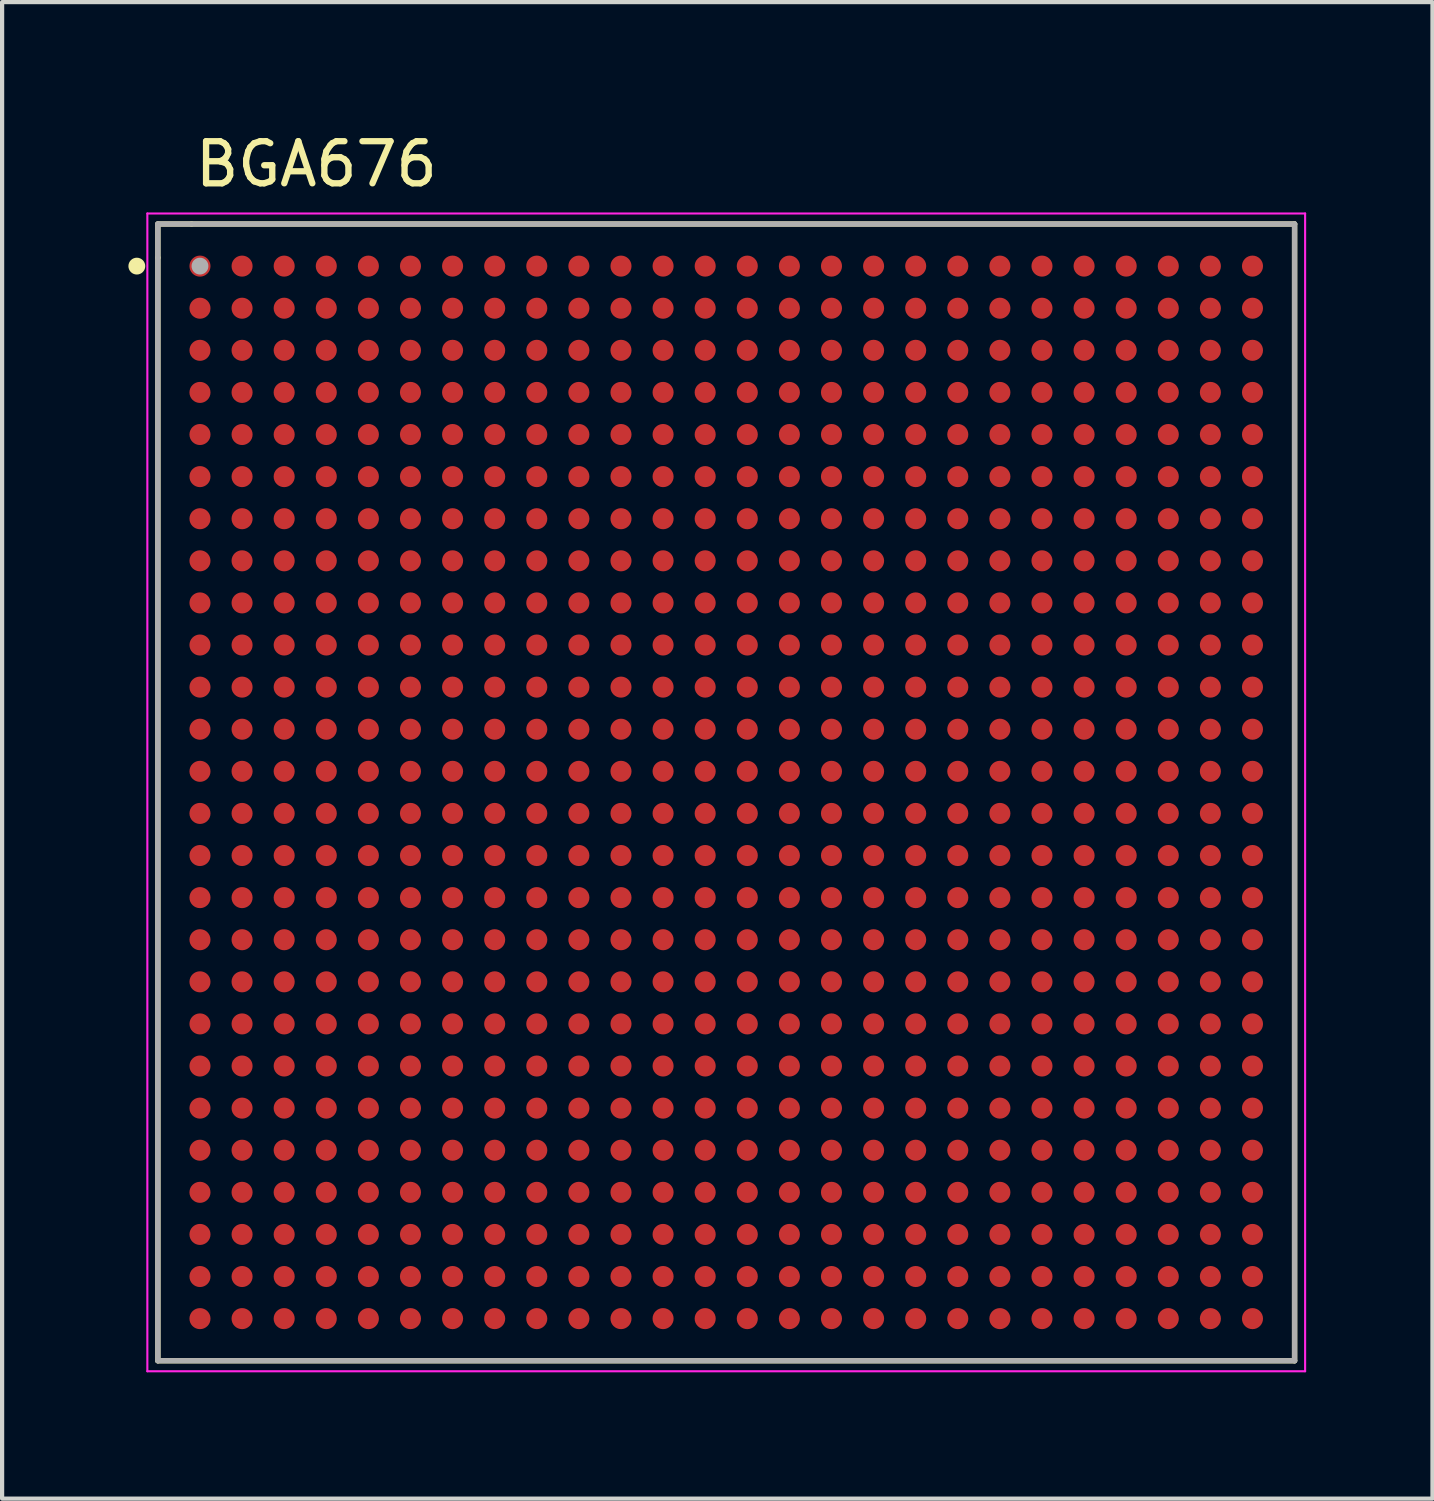
<source format=kicad_pcb>
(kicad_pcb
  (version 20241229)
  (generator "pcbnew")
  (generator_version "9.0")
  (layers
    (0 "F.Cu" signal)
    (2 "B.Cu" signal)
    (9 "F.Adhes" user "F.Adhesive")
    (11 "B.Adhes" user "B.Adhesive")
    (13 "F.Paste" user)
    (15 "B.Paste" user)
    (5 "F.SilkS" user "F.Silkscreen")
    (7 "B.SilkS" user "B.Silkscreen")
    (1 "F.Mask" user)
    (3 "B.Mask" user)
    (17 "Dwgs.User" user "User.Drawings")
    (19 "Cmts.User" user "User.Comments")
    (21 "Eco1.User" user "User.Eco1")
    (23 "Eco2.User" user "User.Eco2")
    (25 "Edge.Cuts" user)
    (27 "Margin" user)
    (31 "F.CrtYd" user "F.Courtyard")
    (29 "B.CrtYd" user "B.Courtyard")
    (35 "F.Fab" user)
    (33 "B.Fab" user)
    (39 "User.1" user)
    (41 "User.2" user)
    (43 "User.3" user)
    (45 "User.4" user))
  (footprint "BGA676"
    (layer "F.Cu")
    (at 14.2 15.771)
    (property "Reference" "BGA676" (at -9.736 -14.922 0) (layer "F.SilkS") (effects (font (size 1 1) (thickness 0.15))))
    (attr smd)
    (fp_line (start -13.5 -13.5) (end -12.7 -13.5) (stroke (width 0.127) (type solid)) (layer "F.SilkS"))
    (fp_line (start -13.5 -12.7) (end -13.5 -13.5) (stroke (width 0.127) (type solid)) (layer "F.SilkS"))
    (fp_line (start -13.5 13.5) (end -13.5 -12.7) (stroke (width 0.127) (type solid)) (layer "F.SilkS"))
    (fp_line (start -12.7 -13.5) (end 13.5 -13.5) (stroke (width 0.127) (type solid)) (layer "F.SilkS"))
    (fp_line (start 13.5 -13.5) (end 13.5 13.5) (stroke (width 0.127) (type solid)) (layer "F.SilkS"))
    (fp_line (start 13.5 13.5) (end -13.5 13.5) (stroke (width 0.127) (type solid)) (layer "F.SilkS"))
    (fp_circle (center -14 -12.5) (end -13.9 -12.5) (stroke (width 0.2) (type solid)) (fill no) (layer "F.SilkS"))
    (fp_line (start -13.75 -13.75) (end -13.75 13.75) (stroke (width 0.05) (type solid)) (layer "F.CrtYd"))
    (fp_line (start -13.75 13.75) (end 13.75 13.75) (stroke (width 0.05) (type solid)) (layer "F.CrtYd"))
    (fp_line (start 13.75 -13.75) (end -13.75 -13.75) (stroke (width 0.05) (type solid)) (layer "F.CrtYd"))
    (fp_line (start 13.75 13.75) (end 13.75 -13.75) (stroke (width 0.05) (type solid)) (layer "F.CrtYd"))
    (fp_line (start -13.5 -13.5) (end 13.5 -13.5) (stroke (width 0.127) (type solid)) (layer "F.Fab"))
    (fp_line (start -13.5 13.5) (end -13.5 -13.5) (stroke (width 0.127) (type solid)) (layer "F.Fab"))
    (fp_line (start 13.5 -13.5) (end 13.5 13.5) (stroke (width 0.127) (type solid)) (layer "F.Fab"))
    (fp_line (start 13.5 13.5) (end -13.5 13.5) (stroke (width 0.127) (type solid)) (layer "F.Fab"))
    (fp_circle (center -12.5 -12.5) (end -12.4 -12.5) (stroke (width 0.2) (type solid)) (fill no) (layer "F.Fab"))
    (pad "A1" smd circle (at -12.5 -12.5) (size 0.5 0.5) (layers "F.Cu" "F.Mask" "F.Paste"))
    (pad "A2" smd circle (at -11.5 -12.5) (size 0.5 0.5) (layers "F.Cu" "F.Mask" "F.Paste"))
    (pad "A3" smd circle (at -10.5 -12.5) (size 0.5 0.5) (layers "F.Cu" "F.Mask" "F.Paste"))
    (pad "A4" smd circle (at -9.5 -12.5) (size 0.5 0.5) (layers "F.Cu" "F.Mask" "F.Paste"))
    (pad "A5" smd circle (at -8.5 -12.5) (size 0.5 0.5) (layers "F.Cu" "F.Mask" "F.Paste"))
    (pad "A6" smd circle (at -7.5 -12.5) (size 0.5 0.5) (layers "F.Cu" "F.Mask" "F.Paste"))
    (pad "A7" smd circle (at -6.5 -12.5) (size 0.5 0.5) (layers "F.Cu" "F.Mask" "F.Paste"))
    (pad "A8" smd circle (at -5.5 -12.5) (size 0.5 0.5) (layers "F.Cu" "F.Mask" "F.Paste"))
    (pad "A9" smd circle (at -4.5 -12.5) (size 0.5 0.5) (layers "F.Cu" "F.Mask" "F.Paste"))
    (pad "A10" smd circle (at -3.5 -12.5) (size 0.5 0.5) (layers "F.Cu" "F.Mask" "F.Paste"))
    (pad "A11" smd circle (at -2.5 -12.5) (size 0.5 0.5) (layers "F.Cu" "F.Mask" "F.Paste"))
    (pad "A12" smd circle (at -1.5 -12.5) (size 0.5 0.5) (layers "F.Cu" "F.Mask" "F.Paste"))
    (pad "A13" smd circle (at -0.5 -12.5) (size 0.5 0.5) (layers "F.Cu" "F.Mask" "F.Paste"))
    (pad "A14" smd circle (at 0.5 -12.5) (size 0.5 0.5) (layers "F.Cu" "F.Mask" "F.Paste"))
    (pad "A15" smd circle (at 1.5 -12.5) (size 0.5 0.5) (layers "F.Cu" "F.Mask" "F.Paste"))
    (pad "A16" smd circle (at 2.5 -12.5) (size 0.5 0.5) (layers "F.Cu" "F.Mask" "F.Paste"))
    (pad "A17" smd circle (at 3.5 -12.5) (size 0.5 0.5) (layers "F.Cu" "F.Mask" "F.Paste"))
    (pad "A18" smd circle (at 4.5 -12.5) (size 0.5 0.5) (layers "F.Cu" "F.Mask" "F.Paste"))
    (pad "A19" smd circle (at 5.5 -12.5) (size 0.5 0.5) (layers "F.Cu" "F.Mask" "F.Paste"))
    (pad "A20" smd circle (at 6.5 -12.5) (size 0.5 0.5) (layers "F.Cu" "F.Mask" "F.Paste"))
    (pad "A21" smd circle (at 7.5 -12.5) (size 0.5 0.5) (layers "F.Cu" "F.Mask" "F.Paste"))
    (pad "A22" smd circle (at 8.5 -12.5) (size 0.5 0.5) (layers "F.Cu" "F.Mask" "F.Paste"))
    (pad "A23" smd circle (at 9.5 -12.5) (size 0.5 0.5) (layers "F.Cu" "F.Mask" "F.Paste"))
    (pad "A24" smd circle (at 10.5 -12.5) (size 0.5 0.5) (layers "F.Cu" "F.Mask" "F.Paste"))
    (pad "A25" smd circle (at 11.5 -12.5) (size 0.5 0.5) (layers "F.Cu" "F.Mask" "F.Paste"))
    (pad "A26" smd circle (at 12.5 -12.5) (size 0.5 0.5) (layers "F.Cu" "F.Mask" "F.Paste"))
    (pad "AA1" smd circle (at -12.5 7.5) (size 0.5 0.5) (layers "F.Cu" "F.Mask" "F.Paste"))
    (pad "AA2" smd circle (at -11.5 7.5) (size 0.5 0.5) (layers "F.Cu" "F.Mask" "F.Paste"))
    (pad "AA3" smd circle (at -10.5 7.5) (size 0.5 0.5) (layers "F.Cu" "F.Mask" "F.Paste"))
    (pad "AA4" smd circle (at -9.5 7.5) (size 0.5 0.5) (layers "F.Cu" "F.Mask" "F.Paste"))
    (pad "AA5" smd circle (at -8.5 7.5) (size 0.5 0.5) (layers "F.Cu" "F.Mask" "F.Paste"))
    (pad "AA6" smd circle (at -7.5 7.5) (size 0.5 0.5) (layers "F.Cu" "F.Mask" "F.Paste"))
    (pad "AA7" smd circle (at -6.5 7.5) (size 0.5 0.5) (layers "F.Cu" "F.Mask" "F.Paste"))
    (pad "AA8" smd circle (at -5.5 7.5) (size 0.5 0.5) (layers "F.Cu" "F.Mask" "F.Paste"))
    (pad "AA9" smd circle (at -4.5 7.5) (size 0.5 0.5) (layers "F.Cu" "F.Mask" "F.Paste"))
    (pad "AA10" smd circle (at -3.5 7.5) (size 0.5 0.5) (layers "F.Cu" "F.Mask" "F.Paste"))
    (pad "AA11" smd circle (at -2.5 7.5) (size 0.5 0.5) (layers "F.Cu" "F.Mask" "F.Paste"))
    (pad "AA12" smd circle (at -1.5 7.5) (size 0.5 0.5) (layers "F.Cu" "F.Mask" "F.Paste"))
    (pad "AA13" smd circle (at -0.5 7.5) (size 0.5 0.5) (layers "F.Cu" "F.Mask" "F.Paste"))
    (pad "AA14" smd circle (at 0.5 7.5) (size 0.5 0.5) (layers "F.Cu" "F.Mask" "F.Paste"))
    (pad "AA15" smd circle (at 1.5 7.5) (size 0.5 0.5) (layers "F.Cu" "F.Mask" "F.Paste"))
    (pad "AA16" smd circle (at 2.5 7.5) (size 0.5 0.5) (layers "F.Cu" "F.Mask" "F.Paste"))
    (pad "AA17" smd circle (at 3.5 7.5) (size 0.5 0.5) (layers "F.Cu" "F.Mask" "F.Paste"))
    (pad "AA18" smd circle (at 4.5 7.5) (size 0.5 0.5) (layers "F.Cu" "F.Mask" "F.Paste"))
    (pad "AA19" smd circle (at 5.5 7.5) (size 0.5 0.5) (layers "F.Cu" "F.Mask" "F.Paste"))
    (pad "AA20" smd circle (at 6.5 7.5) (size 0.5 0.5) (layers "F.Cu" "F.Mask" "F.Paste"))
    (pad "AA21" smd circle (at 7.5 7.5) (size 0.5 0.5) (layers "F.Cu" "F.Mask" "F.Paste"))
    (pad "AA22" smd circle (at 8.5 7.5) (size 0.5 0.5) (layers "F.Cu" "F.Mask" "F.Paste"))
    (pad "AA23" smd circle (at 9.5 7.5) (size 0.5 0.5) (layers "F.Cu" "F.Mask" "F.Paste"))
    (pad "AA24" smd circle (at 10.5 7.5) (size 0.5 0.5) (layers "F.Cu" "F.Mask" "F.Paste"))
    (pad "AA25" smd circle (at 11.5 7.5) (size 0.5 0.5) (layers "F.Cu" "F.Mask" "F.Paste"))
    (pad "AA26" smd circle (at 12.5 7.5) (size 0.5 0.5) (layers "F.Cu" "F.Mask" "F.Paste"))
    (pad "AB1" smd circle (at -12.5 8.5) (size 0.5 0.5) (layers "F.Cu" "F.Mask" "F.Paste"))
    (pad "AB2" smd circle (at -11.5 8.5) (size 0.5 0.5) (layers "F.Cu" "F.Mask" "F.Paste"))
    (pad "AB3" smd circle (at -10.5 8.5) (size 0.5 0.5) (layers "F.Cu" "F.Mask" "F.Paste"))
    (pad "AB4" smd circle (at -9.5 8.5) (size 0.5 0.5) (layers "F.Cu" "F.Mask" "F.Paste"))
    (pad "AB5" smd circle (at -8.5 8.5) (size 0.5 0.5) (layers "F.Cu" "F.Mask" "F.Paste"))
    (pad "AB6" smd circle (at -7.5 8.5) (size 0.5 0.5) (layers "F.Cu" "F.Mask" "F.Paste"))
    (pad "AB7" smd circle (at -6.5 8.5) (size 0.5 0.5) (layers "F.Cu" "F.Mask" "F.Paste"))
    (pad "AB8" smd circle (at -5.5 8.5) (size 0.5 0.5) (layers "F.Cu" "F.Mask" "F.Paste"))
    (pad "AB9" smd circle (at -4.5 8.5) (size 0.5 0.5) (layers "F.Cu" "F.Mask" "F.Paste"))
    (pad "AB10" smd circle (at -3.5 8.5) (size 0.5 0.5) (layers "F.Cu" "F.Mask" "F.Paste"))
    (pad "AB11" smd circle (at -2.5 8.5) (size 0.5 0.5) (layers "F.Cu" "F.Mask" "F.Paste"))
    (pad "AB12" smd circle (at -1.5 8.5) (size 0.5 0.5) (layers "F.Cu" "F.Mask" "F.Paste"))
    (pad "AB13" smd circle (at -0.5 8.5) (size 0.5 0.5) (layers "F.Cu" "F.Mask" "F.Paste"))
    (pad "AB14" smd circle (at 0.5 8.5) (size 0.5 0.5) (layers "F.Cu" "F.Mask" "F.Paste"))
    (pad "AB15" smd circle (at 1.5 8.5) (size 0.5 0.5) (layers "F.Cu" "F.Mask" "F.Paste"))
    (pad "AB16" smd circle (at 2.5 8.5) (size 0.5 0.5) (layers "F.Cu" "F.Mask" "F.Paste"))
    (pad "AB17" smd circle (at 3.5 8.5) (size 0.5 0.5) (layers "F.Cu" "F.Mask" "F.Paste"))
    (pad "AB18" smd circle (at 4.5 8.5) (size 0.5 0.5) (layers "F.Cu" "F.Mask" "F.Paste"))
    (pad "AB19" smd circle (at 5.5 8.5) (size 0.5 0.5) (layers "F.Cu" "F.Mask" "F.Paste"))
    (pad "AB20" smd circle (at 6.5 8.5) (size 0.5 0.5) (layers "F.Cu" "F.Mask" "F.Paste"))
    (pad "AB21" smd circle (at 7.5 8.5) (size 0.5 0.5) (layers "F.Cu" "F.Mask" "F.Paste"))
    (pad "AB22" smd circle (at 8.5 8.5) (size 0.5 0.5) (layers "F.Cu" "F.Mask" "F.Paste"))
    (pad "AB23" smd circle (at 9.5 8.5) (size 0.5 0.5) (layers "F.Cu" "F.Mask" "F.Paste"))
    (pad "AB24" smd circle (at 10.5 8.5) (size 0.5 0.5) (layers "F.Cu" "F.Mask" "F.Paste"))
    (pad "AB25" smd circle (at 11.5 8.5) (size 0.5 0.5) (layers "F.Cu" "F.Mask" "F.Paste"))
    (pad "AB26" smd circle (at 12.5 8.5) (size 0.5 0.5) (layers "F.Cu" "F.Mask" "F.Paste"))
    (pad "AC1" smd circle (at -12.5 9.5) (size 0.5 0.5) (layers "F.Cu" "F.Mask" "F.Paste"))
    (pad "AC2" smd circle (at -11.5 9.5) (size 0.5 0.5) (layers "F.Cu" "F.Mask" "F.Paste"))
    (pad "AC3" smd circle (at -10.5 9.5) (size 0.5 0.5) (layers "F.Cu" "F.Mask" "F.Paste"))
    (pad "AC4" smd circle (at -9.5 9.5) (size 0.5 0.5) (layers "F.Cu" "F.Mask" "F.Paste"))
    (pad "AC5" smd circle (at -8.5 9.5) (size 0.5 0.5) (layers "F.Cu" "F.Mask" "F.Paste"))
    (pad "AC6" smd circle (at -7.5 9.5) (size 0.5 0.5) (layers "F.Cu" "F.Mask" "F.Paste"))
    (pad "AC7" smd circle (at -6.5 9.5) (size 0.5 0.5) (layers "F.Cu" "F.Mask" "F.Paste"))
    (pad "AC8" smd circle (at -5.5 9.5) (size 0.5 0.5) (layers "F.Cu" "F.Mask" "F.Paste"))
    (pad "AC9" smd circle (at -4.5 9.5) (size 0.5 0.5) (layers "F.Cu" "F.Mask" "F.Paste"))
    (pad "AC10" smd circle (at -3.5 9.5) (size 0.5 0.5) (layers "F.Cu" "F.Mask" "F.Paste"))
    (pad "AC11" smd circle (at -2.5 9.5) (size 0.5 0.5) (layers "F.Cu" "F.Mask" "F.Paste"))
    (pad "AC12" smd circle (at -1.5 9.5) (size 0.5 0.5) (layers "F.Cu" "F.Mask" "F.Paste"))
    (pad "AC13" smd circle (at -0.5 9.5) (size 0.5 0.5) (layers "F.Cu" "F.Mask" "F.Paste"))
    (pad "AC14" smd circle (at 0.5 9.5) (size 0.5 0.5) (layers "F.Cu" "F.Mask" "F.Paste"))
    (pad "AC15" smd circle (at 1.5 9.5) (size 0.5 0.5) (layers "F.Cu" "F.Mask" "F.Paste"))
    (pad "AC16" smd circle (at 2.5 9.5) (size 0.5 0.5) (layers "F.Cu" "F.Mask" "F.Paste"))
    (pad "AC17" smd circle (at 3.5 9.5) (size 0.5 0.5) (layers "F.Cu" "F.Mask" "F.Paste"))
    (pad "AC18" smd circle (at 4.5 9.5) (size 0.5 0.5) (layers "F.Cu" "F.Mask" "F.Paste"))
    (pad "AC19" smd circle (at 5.5 9.5) (size 0.5 0.5) (layers "F.Cu" "F.Mask" "F.Paste"))
    (pad "AC20" smd circle (at 6.5 9.5) (size 0.5 0.5) (layers "F.Cu" "F.Mask" "F.Paste"))
    (pad "AC21" smd circle (at 7.5 9.5) (size 0.5 0.5) (layers "F.Cu" "F.Mask" "F.Paste"))
    (pad "AC22" smd circle (at 8.5 9.5) (size 0.5 0.5) (layers "F.Cu" "F.Mask" "F.Paste"))
    (pad "AC23" smd circle (at 9.5 9.5) (size 0.5 0.5) (layers "F.Cu" "F.Mask" "F.Paste"))
    (pad "AC24" smd circle (at 10.5 9.5) (size 0.5 0.5) (layers "F.Cu" "F.Mask" "F.Paste"))
    (pad "AC25" smd circle (at 11.5 9.5) (size 0.5 0.5) (layers "F.Cu" "F.Mask" "F.Paste"))
    (pad "AC26" smd circle (at 12.5 9.5) (size 0.5 0.5) (layers "F.Cu" "F.Mask" "F.Paste"))
    (pad "AD1" smd circle (at -12.5 10.5) (size 0.5 0.5) (layers "F.Cu" "F.Mask" "F.Paste"))
    (pad "AD2" smd circle (at -11.5 10.5) (size 0.5 0.5) (layers "F.Cu" "F.Mask" "F.Paste"))
    (pad "AD3" smd circle (at -10.5 10.5) (size 0.5 0.5) (layers "F.Cu" "F.Mask" "F.Paste"))
    (pad "AD4" smd circle (at -9.5 10.5) (size 0.5 0.5) (layers "F.Cu" "F.Mask" "F.Paste"))
    (pad "AD5" smd circle (at -8.5 10.5) (size 0.5 0.5) (layers "F.Cu" "F.Mask" "F.Paste"))
    (pad "AD6" smd circle (at -7.5 10.5) (size 0.5 0.5) (layers "F.Cu" "F.Mask" "F.Paste"))
    (pad "AD7" smd circle (at -6.5 10.5) (size 0.5 0.5) (layers "F.Cu" "F.Mask" "F.Paste"))
    (pad "AD8" smd circle (at -5.5 10.5) (size 0.5 0.5) (layers "F.Cu" "F.Mask" "F.Paste"))
    (pad "AD9" smd circle (at -4.5 10.5) (size 0.5 0.5) (layers "F.Cu" "F.Mask" "F.Paste"))
    (pad "AD10" smd circle (at -3.5 10.5) (size 0.5 0.5) (layers "F.Cu" "F.Mask" "F.Paste"))
    (pad "AD11" smd circle (at -2.5 10.5) (size 0.5 0.5) (layers "F.Cu" "F.Mask" "F.Paste"))
    (pad "AD12" smd circle (at -1.5 10.5) (size 0.5 0.5) (layers "F.Cu" "F.Mask" "F.Paste"))
    (pad "AD13" smd circle (at -0.5 10.5) (size 0.5 0.5) (layers "F.Cu" "F.Mask" "F.Paste"))
    (pad "AD14" smd circle (at 0.5 10.5) (size 0.5 0.5) (layers "F.Cu" "F.Mask" "F.Paste"))
    (pad "AD15" smd circle (at 1.5 10.5) (size 0.5 0.5) (layers "F.Cu" "F.Mask" "F.Paste"))
    (pad "AD16" smd circle (at 2.5 10.5) (size 0.5 0.5) (layers "F.Cu" "F.Mask" "F.Paste"))
    (pad "AD17" smd circle (at 3.5 10.5) (size 0.5 0.5) (layers "F.Cu" "F.Mask" "F.Paste"))
    (pad "AD18" smd circle (at 4.5 10.5) (size 0.5 0.5) (layers "F.Cu" "F.Mask" "F.Paste"))
    (pad "AD19" smd circle (at 5.5 10.5) (size 0.5 0.5) (layers "F.Cu" "F.Mask" "F.Paste"))
    (pad "AD20" smd circle (at 6.5 10.5) (size 0.5 0.5) (layers "F.Cu" "F.Mask" "F.Paste"))
    (pad "AD21" smd circle (at 7.5 10.5) (size 0.5 0.5) (layers "F.Cu" "F.Mask" "F.Paste"))
    (pad "AD22" smd circle (at 8.5 10.5) (size 0.5 0.5) (layers "F.Cu" "F.Mask" "F.Paste"))
    (pad "AD23" smd circle (at 9.5 10.5) (size 0.5 0.5) (layers "F.Cu" "F.Mask" "F.Paste"))
    (pad "AD24" smd circle (at 10.5 10.5) (size 0.5 0.5) (layers "F.Cu" "F.Mask" "F.Paste"))
    (pad "AD25" smd circle (at 11.5 10.5) (size 0.5 0.5) (layers "F.Cu" "F.Mask" "F.Paste"))
    (pad "AD26" smd circle (at 12.5 10.5) (size 0.5 0.5) (layers "F.Cu" "F.Mask" "F.Paste"))
    (pad "AE1" smd circle (at -12.5 11.5) (size 0.5 0.5) (layers "F.Cu" "F.Mask" "F.Paste"))
    (pad "AE2" smd circle (at -11.5 11.5) (size 0.5 0.5) (layers "F.Cu" "F.Mask" "F.Paste"))
    (pad "AE3" smd circle (at -10.5 11.5) (size 0.5 0.5) (layers "F.Cu" "F.Mask" "F.Paste"))
    (pad "AE4" smd circle (at -9.5 11.5) (size 0.5 0.5) (layers "F.Cu" "F.Mask" "F.Paste"))
    (pad "AE5" smd circle (at -8.5 11.5) (size 0.5 0.5) (layers "F.Cu" "F.Mask" "F.Paste"))
    (pad "AE6" smd circle (at -7.5 11.5) (size 0.5 0.5) (layers "F.Cu" "F.Mask" "F.Paste"))
    (pad "AE7" smd circle (at -6.5 11.5) (size 0.5 0.5) (layers "F.Cu" "F.Mask" "F.Paste"))
    (pad "AE8" smd circle (at -5.5 11.5) (size 0.5 0.5) (layers "F.Cu" "F.Mask" "F.Paste"))
    (pad "AE9" smd circle (at -4.5 11.5) (size 0.5 0.5) (layers "F.Cu" "F.Mask" "F.Paste"))
    (pad "AE10" smd circle (at -3.5 11.5) (size 0.5 0.5) (layers "F.Cu" "F.Mask" "F.Paste"))
    (pad "AE11" smd circle (at -2.5 11.5) (size 0.5 0.5) (layers "F.Cu" "F.Mask" "F.Paste"))
    (pad "AE12" smd circle (at -1.5 11.5) (size 0.5 0.5) (layers "F.Cu" "F.Mask" "F.Paste"))
    (pad "AE13" smd circle (at -0.5 11.5) (size 0.5 0.5) (layers "F.Cu" "F.Mask" "F.Paste"))
    (pad "AE14" smd circle (at 0.5 11.5) (size 0.5 0.5) (layers "F.Cu" "F.Mask" "F.Paste"))
    (pad "AE15" smd circle (at 1.5 11.5) (size 0.5 0.5) (layers "F.Cu" "F.Mask" "F.Paste"))
    (pad "AE16" smd circle (at 2.5 11.5) (size 0.5 0.5) (layers "F.Cu" "F.Mask" "F.Paste"))
    (pad "AE17" smd circle (at 3.5 11.5) (size 0.5 0.5) (layers "F.Cu" "F.Mask" "F.Paste"))
    (pad "AE18" smd circle (at 4.5 11.5) (size 0.5 0.5) (layers "F.Cu" "F.Mask" "F.Paste"))
    (pad "AE19" smd circle (at 5.5 11.5) (size 0.5 0.5) (layers "F.Cu" "F.Mask" "F.Paste"))
    (pad "AE20" smd circle (at 6.5 11.5) (size 0.5 0.5) (layers "F.Cu" "F.Mask" "F.Paste"))
    (pad "AE21" smd circle (at 7.5 11.5) (size 0.5 0.5) (layers "F.Cu" "F.Mask" "F.Paste"))
    (pad "AE22" smd circle (at 8.5 11.5) (size 0.5 0.5) (layers "F.Cu" "F.Mask" "F.Paste"))
    (pad "AE23" smd circle (at 9.5 11.5) (size 0.5 0.5) (layers "F.Cu" "F.Mask" "F.Paste"))
    (pad "AE24" smd circle (at 10.5 11.5) (size 0.5 0.5) (layers "F.Cu" "F.Mask" "F.Paste"))
    (pad "AE25" smd circle (at 11.5 11.5) (size 0.5 0.5) (layers "F.Cu" "F.Mask" "F.Paste"))
    (pad "AE26" smd circle (at 12.5 11.5) (size 0.5 0.5) (layers "F.Cu" "F.Mask" "F.Paste"))
    (pad "AF1" smd circle (at -12.5 12.5) (size 0.5 0.5) (layers "F.Cu" "F.Mask" "F.Paste"))
    (pad "AF2" smd circle (at -11.5 12.5) (size 0.5 0.5) (layers "F.Cu" "F.Mask" "F.Paste"))
    (pad "AF3" smd circle (at -10.5 12.5) (size 0.5 0.5) (layers "F.Cu" "F.Mask" "F.Paste"))
    (pad "AF4" smd circle (at -9.5 12.5) (size 0.5 0.5) (layers "F.Cu" "F.Mask" "F.Paste"))
    (pad "AF5" smd circle (at -8.5 12.5) (size 0.5 0.5) (layers "F.Cu" "F.Mask" "F.Paste"))
    (pad "AF6" smd circle (at -7.5 12.5) (size 0.5 0.5) (layers "F.Cu" "F.Mask" "F.Paste"))
    (pad "AF7" smd circle (at -6.5 12.5) (size 0.5 0.5) (layers "F.Cu" "F.Mask" "F.Paste"))
    (pad "AF8" smd circle (at -5.5 12.5) (size 0.5 0.5) (layers "F.Cu" "F.Mask" "F.Paste"))
    (pad "AF9" smd circle (at -4.5 12.5) (size 0.5 0.5) (layers "F.Cu" "F.Mask" "F.Paste"))
    (pad "AF10" smd circle (at -3.5 12.5) (size 0.5 0.5) (layers "F.Cu" "F.Mask" "F.Paste"))
    (pad "AF11" smd circle (at -2.5 12.5) (size 0.5 0.5) (layers "F.Cu" "F.Mask" "F.Paste"))
    (pad "AF12" smd circle (at -1.5 12.5) (size 0.5 0.5) (layers "F.Cu" "F.Mask" "F.Paste"))
    (pad "AF13" smd circle (at -0.5 12.5) (size 0.5 0.5) (layers "F.Cu" "F.Mask" "F.Paste"))
    (pad "AF14" smd circle (at 0.5 12.5) (size 0.5 0.5) (layers "F.Cu" "F.Mask" "F.Paste"))
    (pad "AF15" smd circle (at 1.5 12.5) (size 0.5 0.5) (layers "F.Cu" "F.Mask" "F.Paste"))
    (pad "AF16" smd circle (at 2.5 12.5) (size 0.5 0.5) (layers "F.Cu" "F.Mask" "F.Paste"))
    (pad "AF17" smd circle (at 3.5 12.5) (size 0.5 0.5) (layers "F.Cu" "F.Mask" "F.Paste"))
    (pad "AF18" smd circle (at 4.5 12.5) (size 0.5 0.5) (layers "F.Cu" "F.Mask" "F.Paste"))
    (pad "AF19" smd circle (at 5.5 12.5) (size 0.5 0.5) (layers "F.Cu" "F.Mask" "F.Paste"))
    (pad "AF20" smd circle (at 6.5 12.5) (size 0.5 0.5) (layers "F.Cu" "F.Mask" "F.Paste"))
    (pad "AF21" smd circle (at 7.5 12.5) (size 0.5 0.5) (layers "F.Cu" "F.Mask" "F.Paste"))
    (pad "AF22" smd circle (at 8.5 12.5) (size 0.5 0.5) (layers "F.Cu" "F.Mask" "F.Paste"))
    (pad "AF23" smd circle (at 9.5 12.5) (size 0.5 0.5) (layers "F.Cu" "F.Mask" "F.Paste"))
    (pad "AF24" smd circle (at 10.5 12.5) (size 0.5 0.5) (layers "F.Cu" "F.Mask" "F.Paste"))
    (pad "AF25" smd circle (at 11.5 12.5) (size 0.5 0.5) (layers "F.Cu" "F.Mask" "F.Paste"))
    (pad "AF26" smd circle (at 12.5 12.5) (size 0.5 0.5) (layers "F.Cu" "F.Mask" "F.Paste"))
    (pad "B1" smd circle (at -12.5 -11.5) (size 0.5 0.5) (layers "F.Cu" "F.Mask" "F.Paste"))
    (pad "B2" smd circle (at -11.5 -11.5) (size 0.5 0.5) (layers "F.Cu" "F.Mask" "F.Paste"))
    (pad "B3" smd circle (at -10.5 -11.5) (size 0.5 0.5) (layers "F.Cu" "F.Mask" "F.Paste"))
    (pad "B4" smd circle (at -9.5 -11.5) (size 0.5 0.5) (layers "F.Cu" "F.Mask" "F.Paste"))
    (pad "B5" smd circle (at -8.5 -11.5) (size 0.5 0.5) (layers "F.Cu" "F.Mask" "F.Paste"))
    (pad "B6" smd circle (at -7.5 -11.5) (size 0.5 0.5) (layers "F.Cu" "F.Mask" "F.Paste"))
    (pad "B7" smd circle (at -6.5 -11.5) (size 0.5 0.5) (layers "F.Cu" "F.Mask" "F.Paste"))
    (pad "B8" smd circle (at -5.5 -11.5) (size 0.5 0.5) (layers "F.Cu" "F.Mask" "F.Paste"))
    (pad "B9" smd circle (at -4.5 -11.5) (size 0.5 0.5) (layers "F.Cu" "F.Mask" "F.Paste"))
    (pad "B10" smd circle (at -3.5 -11.5) (size 0.5 0.5) (layers "F.Cu" "F.Mask" "F.Paste"))
    (pad "B11" smd circle (at -2.5 -11.5) (size 0.5 0.5) (layers "F.Cu" "F.Mask" "F.Paste"))
    (pad "B12" smd circle (at -1.5 -11.5) (size 0.5 0.5) (layers "F.Cu" "F.Mask" "F.Paste"))
    (pad "B13" smd circle (at -0.5 -11.5) (size 0.5 0.5) (layers "F.Cu" "F.Mask" "F.Paste"))
    (pad "B14" smd circle (at 0.5 -11.5) (size 0.5 0.5) (layers "F.Cu" "F.Mask" "F.Paste"))
    (pad "B15" smd circle (at 1.5 -11.5) (size 0.5 0.5) (layers "F.Cu" "F.Mask" "F.Paste"))
    (pad "B16" smd circle (at 2.5 -11.5) (size 0.5 0.5) (layers "F.Cu" "F.Mask" "F.Paste"))
    (pad "B17" smd circle (at 3.5 -11.5) (size 0.5 0.5) (layers "F.Cu" "F.Mask" "F.Paste"))
    (pad "B18" smd circle (at 4.5 -11.5) (size 0.5 0.5) (layers "F.Cu" "F.Mask" "F.Paste"))
    (pad "B19" smd circle (at 5.5 -11.5) (size 0.5 0.5) (layers "F.Cu" "F.Mask" "F.Paste"))
    (pad "B20" smd circle (at 6.5 -11.5) (size 0.5 0.5) (layers "F.Cu" "F.Mask" "F.Paste"))
    (pad "B21" smd circle (at 7.5 -11.5) (size 0.5 0.5) (layers "F.Cu" "F.Mask" "F.Paste"))
    (pad "B22" smd circle (at 8.5 -11.5) (size 0.5 0.5) (layers "F.Cu" "F.Mask" "F.Paste"))
    (pad "B23" smd circle (at 9.5 -11.5) (size 0.5 0.5) (layers "F.Cu" "F.Mask" "F.Paste"))
    (pad "B24" smd circle (at 10.5 -11.5) (size 0.5 0.5) (layers "F.Cu" "F.Mask" "F.Paste"))
    (pad "B25" smd circle (at 11.5 -11.5) (size 0.5 0.5) (layers "F.Cu" "F.Mask" "F.Paste"))
    (pad "B26" smd circle (at 12.5 -11.5) (size 0.5 0.5) (layers "F.Cu" "F.Mask" "F.Paste"))
    (pad "C1" smd circle (at -12.5 -10.5) (size 0.5 0.5) (layers "F.Cu" "F.Mask" "F.Paste"))
    (pad "C2" smd circle (at -11.5 -10.5) (size 0.5 0.5) (layers "F.Cu" "F.Mask" "F.Paste"))
    (pad "C3" smd circle (at -10.5 -10.5) (size 0.5 0.5) (layers "F.Cu" "F.Mask" "F.Paste"))
    (pad "C4" smd circle (at -9.5 -10.5) (size 0.5 0.5) (layers "F.Cu" "F.Mask" "F.Paste"))
    (pad "C5" smd circle (at -8.5 -10.5) (size 0.5 0.5) (layers "F.Cu" "F.Mask" "F.Paste"))
    (pad "C6" smd circle (at -7.5 -10.5) (size 0.5 0.5) (layers "F.Cu" "F.Mask" "F.Paste"))
    (pad "C7" smd circle (at -6.5 -10.5) (size 0.5 0.5) (layers "F.Cu" "F.Mask" "F.Paste"))
    (pad "C8" smd circle (at -5.5 -10.5) (size 0.5 0.5) (layers "F.Cu" "F.Mask" "F.Paste"))
    (pad "C9" smd circle (at -4.5 -10.5) (size 0.5 0.5) (layers "F.Cu" "F.Mask" "F.Paste"))
    (pad "C10" smd circle (at -3.5 -10.5) (size 0.5 0.5) (layers "F.Cu" "F.Mask" "F.Paste"))
    (pad "C11" smd circle (at -2.5 -10.5) (size 0.5 0.5) (layers "F.Cu" "F.Mask" "F.Paste"))
    (pad "C12" smd circle (at -1.5 -10.5) (size 0.5 0.5) (layers "F.Cu" "F.Mask" "F.Paste"))
    (pad "C13" smd circle (at -0.5 -10.5) (size 0.5 0.5) (layers "F.Cu" "F.Mask" "F.Paste"))
    (pad "C14" smd circle (at 0.5 -10.5) (size 0.5 0.5) (layers "F.Cu" "F.Mask" "F.Paste"))
    (pad "C15" smd circle (at 1.5 -10.5) (size 0.5 0.5) (layers "F.Cu" "F.Mask" "F.Paste"))
    (pad "C16" smd circle (at 2.5 -10.5) (size 0.5 0.5) (layers "F.Cu" "F.Mask" "F.Paste"))
    (pad "C17" smd circle (at 3.5 -10.5) (size 0.5 0.5) (layers "F.Cu" "F.Mask" "F.Paste"))
    (pad "C18" smd circle (at 4.5 -10.5) (size 0.5 0.5) (layers "F.Cu" "F.Mask" "F.Paste"))
    (pad "C19" smd circle (at 5.5 -10.5) (size 0.5 0.5) (layers "F.Cu" "F.Mask" "F.Paste"))
    (pad "C20" smd circle (at 6.5 -10.5) (size 0.5 0.5) (layers "F.Cu" "F.Mask" "F.Paste"))
    (pad "C21" smd circle (at 7.5 -10.5) (size 0.5 0.5) (layers "F.Cu" "F.Mask" "F.Paste"))
    (pad "C22" smd circle (at 8.5 -10.5) (size 0.5 0.5) (layers "F.Cu" "F.Mask" "F.Paste"))
    (pad "C23" smd circle (at 9.5 -10.5) (size 0.5 0.5) (layers "F.Cu" "F.Mask" "F.Paste"))
    (pad "C24" smd circle (at 10.5 -10.5) (size 0.5 0.5) (layers "F.Cu" "F.Mask" "F.Paste"))
    (pad "C25" smd circle (at 11.5 -10.5) (size 0.5 0.5) (layers "F.Cu" "F.Mask" "F.Paste"))
    (pad "C26" smd circle (at 12.5 -10.5) (size 0.5 0.5) (layers "F.Cu" "F.Mask" "F.Paste"))
    (pad "D1" smd circle (at -12.5 -9.5) (size 0.5 0.5) (layers "F.Cu" "F.Mask" "F.Paste"))
    (pad "D2" smd circle (at -11.5 -9.5) (size 0.5 0.5) (layers "F.Cu" "F.Mask" "F.Paste"))
    (pad "D3" smd circle (at -10.5 -9.5) (size 0.5 0.5) (layers "F.Cu" "F.Mask" "F.Paste"))
    (pad "D4" smd circle (at -9.5 -9.5) (size 0.5 0.5) (layers "F.Cu" "F.Mask" "F.Paste"))
    (pad "D5" smd circle (at -8.5 -9.5) (size 0.5 0.5) (layers "F.Cu" "F.Mask" "F.Paste"))
    (pad "D6" smd circle (at -7.5 -9.5) (size 0.5 0.5) (layers "F.Cu" "F.Mask" "F.Paste"))
    (pad "D7" smd circle (at -6.5 -9.5) (size 0.5 0.5) (layers "F.Cu" "F.Mask" "F.Paste"))
    (pad "D8" smd circle (at -5.5 -9.5) (size 0.5 0.5) (layers "F.Cu" "F.Mask" "F.Paste"))
    (pad "D9" smd circle (at -4.5 -9.5) (size 0.5 0.5) (layers "F.Cu" "F.Mask" "F.Paste"))
    (pad "D10" smd circle (at -3.5 -9.5) (size 0.5 0.5) (layers "F.Cu" "F.Mask" "F.Paste"))
    (pad "D11" smd circle (at -2.5 -9.5) (size 0.5 0.5) (layers "F.Cu" "F.Mask" "F.Paste"))
    (pad "D12" smd circle (at -1.5 -9.5) (size 0.5 0.5) (layers "F.Cu" "F.Mask" "F.Paste"))
    (pad "D13" smd circle (at -0.5 -9.5) (size 0.5 0.5) (layers "F.Cu" "F.Mask" "F.Paste"))
    (pad "D14" smd circle (at 0.5 -9.5) (size 0.5 0.5) (layers "F.Cu" "F.Mask" "F.Paste"))
    (pad "D15" smd circle (at 1.5 -9.5) (size 0.5 0.5) (layers "F.Cu" "F.Mask" "F.Paste"))
    (pad "D16" smd circle (at 2.5 -9.5) (size 0.5 0.5) (layers "F.Cu" "F.Mask" "F.Paste"))
    (pad "D17" smd circle (at 3.5 -9.5) (size 0.5 0.5) (layers "F.Cu" "F.Mask" "F.Paste"))
    (pad "D18" smd circle (at 4.5 -9.5) (size 0.5 0.5) (layers "F.Cu" "F.Mask" "F.Paste"))
    (pad "D19" smd circle (at 5.5 -9.5) (size 0.5 0.5) (layers "F.Cu" "F.Mask" "F.Paste"))
    (pad "D20" smd circle (at 6.5 -9.5) (size 0.5 0.5) (layers "F.Cu" "F.Mask" "F.Paste"))
    (pad "D21" smd circle (at 7.5 -9.5) (size 0.5 0.5) (layers "F.Cu" "F.Mask" "F.Paste"))
    (pad "D22" smd circle (at 8.5 -9.5) (size 0.5 0.5) (layers "F.Cu" "F.Mask" "F.Paste"))
    (pad "D23" smd circle (at 9.5 -9.5) (size 0.5 0.5) (layers "F.Cu" "F.Mask" "F.Paste"))
    (pad "D24" smd circle (at 10.5 -9.5) (size 0.5 0.5) (layers "F.Cu" "F.Mask" "F.Paste"))
    (pad "D25" smd circle (at 11.5 -9.5) (size 0.5 0.5) (layers "F.Cu" "F.Mask" "F.Paste"))
    (pad "D26" smd circle (at 12.5 -9.5) (size 0.5 0.5) (layers "F.Cu" "F.Mask" "F.Paste"))
    (pad "E1" smd circle (at -12.5 -8.5) (size 0.5 0.5) (layers "F.Cu" "F.Mask" "F.Paste"))
    (pad "E2" smd circle (at -11.5 -8.5) (size 0.5 0.5) (layers "F.Cu" "F.Mask" "F.Paste"))
    (pad "E3" smd circle (at -10.5 -8.5) (size 0.5 0.5) (layers "F.Cu" "F.Mask" "F.Paste"))
    (pad "E4" smd circle (at -9.5 -8.5) (size 0.5 0.5) (layers "F.Cu" "F.Mask" "F.Paste"))
    (pad "E5" smd circle (at -8.5 -8.5) (size 0.5 0.5) (layers "F.Cu" "F.Mask" "F.Paste"))
    (pad "E6" smd circle (at -7.5 -8.5) (size 0.5 0.5) (layers "F.Cu" "F.Mask" "F.Paste"))
    (pad "E7" smd circle (at -6.5 -8.5) (size 0.5 0.5) (layers "F.Cu" "F.Mask" "F.Paste"))
    (pad "E8" smd circle (at -5.5 -8.5) (size 0.5 0.5) (layers "F.Cu" "F.Mask" "F.Paste"))
    (pad "E9" smd circle (at -4.5 -8.5) (size 0.5 0.5) (layers "F.Cu" "F.Mask" "F.Paste"))
    (pad "E10" smd circle (at -3.5 -8.5) (size 0.5 0.5) (layers "F.Cu" "F.Mask" "F.Paste"))
    (pad "E11" smd circle (at -2.5 -8.5) (size 0.5 0.5) (layers "F.Cu" "F.Mask" "F.Paste"))
    (pad "E12" smd circle (at -1.5 -8.5) (size 0.5 0.5) (layers "F.Cu" "F.Mask" "F.Paste"))
    (pad "E13" smd circle (at -0.5 -8.5) (size 0.5 0.5) (layers "F.Cu" "F.Mask" "F.Paste"))
    (pad "E14" smd circle (at 0.5 -8.5) (size 0.5 0.5) (layers "F.Cu" "F.Mask" "F.Paste"))
    (pad "E15" smd circle (at 1.5 -8.5) (size 0.5 0.5) (layers "F.Cu" "F.Mask" "F.Paste"))
    (pad "E16" smd circle (at 2.5 -8.5) (size 0.5 0.5) (layers "F.Cu" "F.Mask" "F.Paste"))
    (pad "E17" smd circle (at 3.5 -8.5) (size 0.5 0.5) (layers "F.Cu" "F.Mask" "F.Paste"))
    (pad "E18" smd circle (at 4.5 -8.5) (size 0.5 0.5) (layers "F.Cu" "F.Mask" "F.Paste"))
    (pad "E19" smd circle (at 5.5 -8.5) (size 0.5 0.5) (layers "F.Cu" "F.Mask" "F.Paste"))
    (pad "E20" smd circle (at 6.5 -8.5) (size 0.5 0.5) (layers "F.Cu" "F.Mask" "F.Paste"))
    (pad "E21" smd circle (at 7.5 -8.5) (size 0.5 0.5) (layers "F.Cu" "F.Mask" "F.Paste"))
    (pad "E22" smd circle (at 8.5 -8.5) (size 0.5 0.5) (layers "F.Cu" "F.Mask" "F.Paste"))
    (pad "E23" smd circle (at 9.5 -8.5) (size 0.5 0.5) (layers "F.Cu" "F.Mask" "F.Paste"))
    (pad "E24" smd circle (at 10.5 -8.5) (size 0.5 0.5) (layers "F.Cu" "F.Mask" "F.Paste"))
    (pad "E25" smd circle (at 11.5 -8.5) (size 0.5 0.5) (layers "F.Cu" "F.Mask" "F.Paste"))
    (pad "E26" smd circle (at 12.5 -8.5) (size 0.5 0.5) (layers "F.Cu" "F.Mask" "F.Paste"))
    (pad "F1" smd circle (at -12.5 -7.5) (size 0.5 0.5) (layers "F.Cu" "F.Mask" "F.Paste"))
    (pad "F2" smd circle (at -11.5 -7.5) (size 0.5 0.5) (layers "F.Cu" "F.Mask" "F.Paste"))
    (pad "F3" smd circle (at -10.5 -7.5) (size 0.5 0.5) (layers "F.Cu" "F.Mask" "F.Paste"))
    (pad "F4" smd circle (at -9.5 -7.5) (size 0.5 0.5) (layers "F.Cu" "F.Mask" "F.Paste"))
    (pad "F5" smd circle (at -8.5 -7.5) (size 0.5 0.5) (layers "F.Cu" "F.Mask" "F.Paste"))
    (pad "F6" smd circle (at -7.5 -7.5) (size 0.5 0.5) (layers "F.Cu" "F.Mask" "F.Paste"))
    (pad "F7" smd circle (at -6.5 -7.5) (size 0.5 0.5) (layers "F.Cu" "F.Mask" "F.Paste"))
    (pad "F8" smd circle (at -5.5 -7.5) (size 0.5 0.5) (layers "F.Cu" "F.Mask" "F.Paste"))
    (pad "F9" smd circle (at -4.5 -7.5) (size 0.5 0.5) (layers "F.Cu" "F.Mask" "F.Paste"))
    (pad "F10" smd circle (at -3.5 -7.5) (size 0.5 0.5) (layers "F.Cu" "F.Mask" "F.Paste"))
    (pad "F11" smd circle (at -2.5 -7.5) (size 0.5 0.5) (layers "F.Cu" "F.Mask" "F.Paste"))
    (pad "F12" smd circle (at -1.5 -7.5) (size 0.5 0.5) (layers "F.Cu" "F.Mask" "F.Paste"))
    (pad "F13" smd circle (at -0.5 -7.5) (size 0.5 0.5) (layers "F.Cu" "F.Mask" "F.Paste"))
    (pad "F14" smd circle (at 0.5 -7.5) (size 0.5 0.5) (layers "F.Cu" "F.Mask" "F.Paste"))
    (pad "F15" smd circle (at 1.5 -7.5) (size 0.5 0.5) (layers "F.Cu" "F.Mask" "F.Paste"))
    (pad "F16" smd circle (at 2.5 -7.5) (size 0.5 0.5) (layers "F.Cu" "F.Mask" "F.Paste"))
    (pad "F17" smd circle (at 3.5 -7.5) (size 0.5 0.5) (layers "F.Cu" "F.Mask" "F.Paste"))
    (pad "F18" smd circle (at 4.5 -7.5) (size 0.5 0.5) (layers "F.Cu" "F.Mask" "F.Paste"))
    (pad "F19" smd circle (at 5.5 -7.5) (size 0.5 0.5) (layers "F.Cu" "F.Mask" "F.Paste"))
    (pad "F20" smd circle (at 6.5 -7.5) (size 0.5 0.5) (layers "F.Cu" "F.Mask" "F.Paste"))
    (pad "F21" smd circle (at 7.5 -7.5) (size 0.5 0.5) (layers "F.Cu" "F.Mask" "F.Paste"))
    (pad "F22" smd circle (at 8.5 -7.5) (size 0.5 0.5) (layers "F.Cu" "F.Mask" "F.Paste"))
    (pad "F23" smd circle (at 9.5 -7.5) (size 0.5 0.5) (layers "F.Cu" "F.Mask" "F.Paste"))
    (pad "F24" smd circle (at 10.5 -7.5) (size 0.5 0.5) (layers "F.Cu" "F.Mask" "F.Paste"))
    (pad "F25" smd circle (at 11.5 -7.5) (size 0.5 0.5) (layers "F.Cu" "F.Mask" "F.Paste"))
    (pad "F26" smd circle (at 12.5 -7.5) (size 0.5 0.5) (layers "F.Cu" "F.Mask" "F.Paste"))
    (pad "G1" smd circle (at -12.5 -6.5) (size 0.5 0.5) (layers "F.Cu" "F.Mask" "F.Paste"))
    (pad "G2" smd circle (at -11.5 -6.5) (size 0.5 0.5) (layers "F.Cu" "F.Mask" "F.Paste"))
    (pad "G3" smd circle (at -10.5 -6.5) (size 0.5 0.5) (layers "F.Cu" "F.Mask" "F.Paste"))
    (pad "G4" smd circle (at -9.5 -6.5) (size 0.5 0.5) (layers "F.Cu" "F.Mask" "F.Paste"))
    (pad "G5" smd circle (at -8.5 -6.5) (size 0.5 0.5) (layers "F.Cu" "F.Mask" "F.Paste"))
    (pad "G6" smd circle (at -7.5 -6.5) (size 0.5 0.5) (layers "F.Cu" "F.Mask" "F.Paste"))
    (pad "G7" smd circle (at -6.5 -6.5) (size 0.5 0.5) (layers "F.Cu" "F.Mask" "F.Paste"))
    (pad "G8" smd circle (at -5.5 -6.5) (size 0.5 0.5) (layers "F.Cu" "F.Mask" "F.Paste"))
    (pad "G9" smd circle (at -4.5 -6.5) (size 0.5 0.5) (layers "F.Cu" "F.Mask" "F.Paste"))
    (pad "G10" smd circle (at -3.5 -6.5) (size 0.5 0.5) (layers "F.Cu" "F.Mask" "F.Paste"))
    (pad "G11" smd circle (at -2.5 -6.5) (size 0.5 0.5) (layers "F.Cu" "F.Mask" "F.Paste"))
    (pad "G12" smd circle (at -1.5 -6.5) (size 0.5 0.5) (layers "F.Cu" "F.Mask" "F.Paste"))
    (pad "G13" smd circle (at -0.5 -6.5) (size 0.5 0.5) (layers "F.Cu" "F.Mask" "F.Paste"))
    (pad "G14" smd circle (at 0.5 -6.5) (size 0.5 0.5) (layers "F.Cu" "F.Mask" "F.Paste"))
    (pad "G15" smd circle (at 1.5 -6.5) (size 0.5 0.5) (layers "F.Cu" "F.Mask" "F.Paste"))
    (pad "G16" smd circle (at 2.5 -6.5) (size 0.5 0.5) (layers "F.Cu" "F.Mask" "F.Paste"))
    (pad "G17" smd circle (at 3.5 -6.5) (size 0.5 0.5) (layers "F.Cu" "F.Mask" "F.Paste"))
    (pad "G18" smd circle (at 4.5 -6.5) (size 0.5 0.5) (layers "F.Cu" "F.Mask" "F.Paste"))
    (pad "G19" smd circle (at 5.5 -6.5) (size 0.5 0.5) (layers "F.Cu" "F.Mask" "F.Paste"))
    (pad "G20" smd circle (at 6.5 -6.5) (size 0.5 0.5) (layers "F.Cu" "F.Mask" "F.Paste"))
    (pad "G21" smd circle (at 7.5 -6.5) (size 0.5 0.5) (layers "F.Cu" "F.Mask" "F.Paste"))
    (pad "G22" smd circle (at 8.5 -6.5) (size 0.5 0.5) (layers "F.Cu" "F.Mask" "F.Paste"))
    (pad "G23" smd circle (at 9.5 -6.5) (size 0.5 0.5) (layers "F.Cu" "F.Mask" "F.Paste"))
    (pad "G24" smd circle (at 10.5 -6.5) (size 0.5 0.5) (layers "F.Cu" "F.Mask" "F.Paste"))
    (pad "G25" smd circle (at 11.5 -6.5) (size 0.5 0.5) (layers "F.Cu" "F.Mask" "F.Paste"))
    (pad "G26" smd circle (at 12.5 -6.5) (size 0.5 0.5) (layers "F.Cu" "F.Mask" "F.Paste"))
    (pad "H1" smd circle (at -12.5 -5.5) (size 0.5 0.5) (layers "F.Cu" "F.Mask" "F.Paste"))
    (pad "H2" smd circle (at -11.5 -5.5) (size 0.5 0.5) (layers "F.Cu" "F.Mask" "F.Paste"))
    (pad "H3" smd circle (at -10.5 -5.5) (size 0.5 0.5) (layers "F.Cu" "F.Mask" "F.Paste"))
    (pad "H4" smd circle (at -9.5 -5.5) (size 0.5 0.5) (layers "F.Cu" "F.Mask" "F.Paste"))
    (pad "H5" smd circle (at -8.5 -5.5) (size 0.5 0.5) (layers "F.Cu" "F.Mask" "F.Paste"))
    (pad "H6" smd circle (at -7.5 -5.5) (size 0.5 0.5) (layers "F.Cu" "F.Mask" "F.Paste"))
    (pad "H7" smd circle (at -6.5 -5.5) (size 0.5 0.5) (layers "F.Cu" "F.Mask" "F.Paste"))
    (pad "H8" smd circle (at -5.5 -5.5) (size 0.5 0.5) (layers "F.Cu" "F.Mask" "F.Paste"))
    (pad "H9" smd circle (at -4.5 -5.5) (size 0.5 0.5) (layers "F.Cu" "F.Mask" "F.Paste"))
    (pad "H10" smd circle (at -3.5 -5.5) (size 0.5 0.5) (layers "F.Cu" "F.Mask" "F.Paste"))
    (pad "H11" smd circle (at -2.5 -5.5) (size 0.5 0.5) (layers "F.Cu" "F.Mask" "F.Paste"))
    (pad "H12" smd circle (at -1.5 -5.5) (size 0.5 0.5) (layers "F.Cu" "F.Mask" "F.Paste"))
    (pad "H13" smd circle (at -0.5 -5.5) (size 0.5 0.5) (layers "F.Cu" "F.Mask" "F.Paste"))
    (pad "H14" smd circle (at 0.5 -5.5) (size 0.5 0.5) (layers "F.Cu" "F.Mask" "F.Paste"))
    (pad "H15" smd circle (at 1.5 -5.5) (size 0.5 0.5) (layers "F.Cu" "F.Mask" "F.Paste"))
    (pad "H16" smd circle (at 2.5 -5.5) (size 0.5 0.5) (layers "F.Cu" "F.Mask" "F.Paste"))
    (pad "H17" smd circle (at 3.5 -5.5) (size 0.5 0.5) (layers "F.Cu" "F.Mask" "F.Paste"))
    (pad "H18" smd circle (at 4.5 -5.5) (size 0.5 0.5) (layers "F.Cu" "F.Mask" "F.Paste"))
    (pad "H19" smd circle (at 5.5 -5.5) (size 0.5 0.5) (layers "F.Cu" "F.Mask" "F.Paste"))
    (pad "H20" smd circle (at 6.5 -5.5) (size 0.5 0.5) (layers "F.Cu" "F.Mask" "F.Paste"))
    (pad "H21" smd circle (at 7.5 -5.5) (size 0.5 0.5) (layers "F.Cu" "F.Mask" "F.Paste"))
    (pad "H22" smd circle (at 8.5 -5.5) (size 0.5 0.5) (layers "F.Cu" "F.Mask" "F.Paste"))
    (pad "H23" smd circle (at 9.5 -5.5) (size 0.5 0.5) (layers "F.Cu" "F.Mask" "F.Paste"))
    (pad "H24" smd circle (at 10.5 -5.5) (size 0.5 0.5) (layers "F.Cu" "F.Mask" "F.Paste"))
    (pad "H25" smd circle (at 11.5 -5.5) (size 0.5 0.5) (layers "F.Cu" "F.Mask" "F.Paste"))
    (pad "H26" smd circle (at 12.5 -5.5) (size 0.5 0.5) (layers "F.Cu" "F.Mask" "F.Paste"))
    (pad "J1" smd circle (at -12.5 -4.5) (size 0.5 0.5) (layers "F.Cu" "F.Mask" "F.Paste"))
    (pad "J2" smd circle (at -11.5 -4.5) (size 0.5 0.5) (layers "F.Cu" "F.Mask" "F.Paste"))
    (pad "J3" smd circle (at -10.5 -4.5) (size 0.5 0.5) (layers "F.Cu" "F.Mask" "F.Paste"))
    (pad "J4" smd circle (at -9.5 -4.5) (size 0.5 0.5) (layers "F.Cu" "F.Mask" "F.Paste"))
    (pad "J5" smd circle (at -8.5 -4.5) (size 0.5 0.5) (layers "F.Cu" "F.Mask" "F.Paste"))
    (pad "J6" smd circle (at -7.5 -4.5) (size 0.5 0.5) (layers "F.Cu" "F.Mask" "F.Paste"))
    (pad "J7" smd circle (at -6.5 -4.5) (size 0.5 0.5) (layers "F.Cu" "F.Mask" "F.Paste"))
    (pad "J8" smd circle (at -5.5 -4.5) (size 0.5 0.5) (layers "F.Cu" "F.Mask" "F.Paste"))
    (pad "J9" smd circle (at -4.5 -4.5) (size 0.5 0.5) (layers "F.Cu" "F.Mask" "F.Paste"))
    (pad "J10" smd circle (at -3.5 -4.5) (size 0.5 0.5) (layers "F.Cu" "F.Mask" "F.Paste"))
    (pad "J11" smd circle (at -2.5 -4.5) (size 0.5 0.5) (layers "F.Cu" "F.Mask" "F.Paste"))
    (pad "J12" smd circle (at -1.5 -4.5) (size 0.5 0.5) (layers "F.Cu" "F.Mask" "F.Paste"))
    (pad "J13" smd circle (at -0.5 -4.5) (size 0.5 0.5) (layers "F.Cu" "F.Mask" "F.Paste"))
    (pad "J14" smd circle (at 0.5 -4.5) (size 0.5 0.5) (layers "F.Cu" "F.Mask" "F.Paste"))
    (pad "J15" smd circle (at 1.5 -4.5) (size 0.5 0.5) (layers "F.Cu" "F.Mask" "F.Paste"))
    (pad "J16" smd circle (at 2.5 -4.5) (size 0.5 0.5) (layers "F.Cu" "F.Mask" "F.Paste"))
    (pad "J17" smd circle (at 3.5 -4.5) (size 0.5 0.5) (layers "F.Cu" "F.Mask" "F.Paste"))
    (pad "J18" smd circle (at 4.5 -4.5) (size 0.5 0.5) (layers "F.Cu" "F.Mask" "F.Paste"))
    (pad "J19" smd circle (at 5.5 -4.5) (size 0.5 0.5) (layers "F.Cu" "F.Mask" "F.Paste"))
    (pad "J20" smd circle (at 6.5 -4.5) (size 0.5 0.5) (layers "F.Cu" "F.Mask" "F.Paste"))
    (pad "J21" smd circle (at 7.5 -4.5) (size 0.5 0.5) (layers "F.Cu" "F.Mask" "F.Paste"))
    (pad "J22" smd circle (at 8.5 -4.5) (size 0.5 0.5) (layers "F.Cu" "F.Mask" "F.Paste"))
    (pad "J23" smd circle (at 9.5 -4.5) (size 0.5 0.5) (layers "F.Cu" "F.Mask" "F.Paste"))
    (pad "J24" smd circle (at 10.5 -4.5) (size 0.5 0.5) (layers "F.Cu" "F.Mask" "F.Paste"))
    (pad "J25" smd circle (at 11.5 -4.5) (size 0.5 0.5) (layers "F.Cu" "F.Mask" "F.Paste"))
    (pad "J26" smd circle (at 12.5 -4.5) (size 0.5 0.5) (layers "F.Cu" "F.Mask" "F.Paste"))
    (pad "K1" smd circle (at -12.5 -3.5) (size 0.5 0.5) (layers "F.Cu" "F.Mask" "F.Paste"))
    (pad "K2" smd circle (at -11.5 -3.5) (size 0.5 0.5) (layers "F.Cu" "F.Mask" "F.Paste"))
    (pad "K3" smd circle (at -10.5 -3.5) (size 0.5 0.5) (layers "F.Cu" "F.Mask" "F.Paste"))
    (pad "K4" smd circle (at -9.5 -3.5) (size 0.5 0.5) (layers "F.Cu" "F.Mask" "F.Paste"))
    (pad "K5" smd circle (at -8.5 -3.5) (size 0.5 0.5) (layers "F.Cu" "F.Mask" "F.Paste"))
    (pad "K6" smd circle (at -7.5 -3.5) (size 0.5 0.5) (layers "F.Cu" "F.Mask" "F.Paste"))
    (pad "K7" smd circle (at -6.5 -3.5) (size 0.5 0.5) (layers "F.Cu" "F.Mask" "F.Paste"))
    (pad "K8" smd circle (at -5.5 -3.5) (size 0.5 0.5) (layers "F.Cu" "F.Mask" "F.Paste"))
    (pad "K9" smd circle (at -4.5 -3.5) (size 0.5 0.5) (layers "F.Cu" "F.Mask" "F.Paste"))
    (pad "K10" smd circle (at -3.5 -3.5) (size 0.5 0.5) (layers "F.Cu" "F.Mask" "F.Paste"))
    (pad "K11" smd circle (at -2.5 -3.5) (size 0.5 0.5) (layers "F.Cu" "F.Mask" "F.Paste"))
    (pad "K12" smd circle (at -1.5 -3.5) (size 0.5 0.5) (layers "F.Cu" "F.Mask" "F.Paste"))
    (pad "K13" smd circle (at -0.5 -3.5) (size 0.5 0.5) (layers "F.Cu" "F.Mask" "F.Paste"))
    (pad "K14" smd circle (at 0.5 -3.5) (size 0.5 0.5) (layers "F.Cu" "F.Mask" "F.Paste"))
    (pad "K15" smd circle (at 1.5 -3.5) (size 0.5 0.5) (layers "F.Cu" "F.Mask" "F.Paste"))
    (pad "K16" smd circle (at 2.5 -3.5) (size 0.5 0.5) (layers "F.Cu" "F.Mask" "F.Paste"))
    (pad "K17" smd circle (at 3.5 -3.5) (size 0.5 0.5) (layers "F.Cu" "F.Mask" "F.Paste"))
    (pad "K18" smd circle (at 4.5 -3.5) (size 0.5 0.5) (layers "F.Cu" "F.Mask" "F.Paste"))
    (pad "K19" smd circle (at 5.5 -3.5) (size 0.5 0.5) (layers "F.Cu" "F.Mask" "F.Paste"))
    (pad "K20" smd circle (at 6.5 -3.5) (size 0.5 0.5) (layers "F.Cu" "F.Mask" "F.Paste"))
    (pad "K21" smd circle (at 7.5 -3.5) (size 0.5 0.5) (layers "F.Cu" "F.Mask" "F.Paste"))
    (pad "K22" smd circle (at 8.5 -3.5) (size 0.5 0.5) (layers "F.Cu" "F.Mask" "F.Paste"))
    (pad "K23" smd circle (at 9.5 -3.5) (size 0.5 0.5) (layers "F.Cu" "F.Mask" "F.Paste"))
    (pad "K24" smd circle (at 10.5 -3.5) (size 0.5 0.5) (layers "F.Cu" "F.Mask" "F.Paste"))
    (pad "K25" smd circle (at 11.5 -3.5) (size 0.5 0.5) (layers "F.Cu" "F.Mask" "F.Paste"))
    (pad "K26" smd circle (at 12.5 -3.5) (size 0.5 0.5) (layers "F.Cu" "F.Mask" "F.Paste"))
    (pad "L1" smd circle (at -12.5 -2.5) (size 0.5 0.5) (layers "F.Cu" "F.Mask" "F.Paste"))
    (pad "L2" smd circle (at -11.5 -2.5) (size 0.5 0.5) (layers "F.Cu" "F.Mask" "F.Paste"))
    (pad "L3" smd circle (at -10.5 -2.5) (size 0.5 0.5) (layers "F.Cu" "F.Mask" "F.Paste"))
    (pad "L4" smd circle (at -9.5 -2.5) (size 0.5 0.5) (layers "F.Cu" "F.Mask" "F.Paste"))
    (pad "L5" smd circle (at -8.5 -2.5) (size 0.5 0.5) (layers "F.Cu" "F.Mask" "F.Paste"))
    (pad "L6" smd circle (at -7.5 -2.5) (size 0.5 0.5) (layers "F.Cu" "F.Mask" "F.Paste"))
    (pad "L7" smd circle (at -6.5 -2.5) (size 0.5 0.5) (layers "F.Cu" "F.Mask" "F.Paste"))
    (pad "L8" smd circle (at -5.5 -2.5) (size 0.5 0.5) (layers "F.Cu" "F.Mask" "F.Paste"))
    (pad "L9" smd circle (at -4.5 -2.5) (size 0.5 0.5) (layers "F.Cu" "F.Mask" "F.Paste"))
    (pad "L10" smd circle (at -3.5 -2.5) (size 0.5 0.5) (layers "F.Cu" "F.Mask" "F.Paste"))
    (pad "L11" smd circle (at -2.5 -2.5) (size 0.5 0.5) (layers "F.Cu" "F.Mask" "F.Paste"))
    (pad "L12" smd circle (at -1.5 -2.5) (size 0.5 0.5) (layers "F.Cu" "F.Mask" "F.Paste"))
    (pad "L13" smd circle (at -0.5 -2.5) (size 0.5 0.5) (layers "F.Cu" "F.Mask" "F.Paste"))
    (pad "L14" smd circle (at 0.5 -2.5) (size 0.5 0.5) (layers "F.Cu" "F.Mask" "F.Paste"))
    (pad "L15" smd circle (at 1.5 -2.5) (size 0.5 0.5) (layers "F.Cu" "F.Mask" "F.Paste"))
    (pad "L16" smd circle (at 2.5 -2.5) (size 0.5 0.5) (layers "F.Cu" "F.Mask" "F.Paste"))
    (pad "L17" smd circle (at 3.5 -2.5) (size 0.5 0.5) (layers "F.Cu" "F.Mask" "F.Paste"))
    (pad "L18" smd circle (at 4.5 -2.5) (size 0.5 0.5) (layers "F.Cu" "F.Mask" "F.Paste"))
    (pad "L19" smd circle (at 5.5 -2.5) (size 0.5 0.5) (layers "F.Cu" "F.Mask" "F.Paste"))
    (pad "L20" smd circle (at 6.5 -2.5) (size 0.5 0.5) (layers "F.Cu" "F.Mask" "F.Paste"))
    (pad "L21" smd circle (at 7.5 -2.5) (size 0.5 0.5) (layers "F.Cu" "F.Mask" "F.Paste"))
    (pad "L22" smd circle (at 8.5 -2.5) (size 0.5 0.5) (layers "F.Cu" "F.Mask" "F.Paste"))
    (pad "L23" smd circle (at 9.5 -2.5) (size 0.5 0.5) (layers "F.Cu" "F.Mask" "F.Paste"))
    (pad "L24" smd circle (at 10.5 -2.5) (size 0.5 0.5) (layers "F.Cu" "F.Mask" "F.Paste"))
    (pad "L25" smd circle (at 11.5 -2.5) (size 0.5 0.5) (layers "F.Cu" "F.Mask" "F.Paste"))
    (pad "L26" smd circle (at 12.5 -2.5) (size 0.5 0.5) (layers "F.Cu" "F.Mask" "F.Paste"))
    (pad "M1" smd circle (at -12.5 -1.5) (size 0.5 0.5) (layers "F.Cu" "F.Mask" "F.Paste"))
    (pad "M2" smd circle (at -11.5 -1.5) (size 0.5 0.5) (layers "F.Cu" "F.Mask" "F.Paste"))
    (pad "M3" smd circle (at -10.5 -1.5) (size 0.5 0.5) (layers "F.Cu" "F.Mask" "F.Paste"))
    (pad "M4" smd circle (at -9.5 -1.5) (size 0.5 0.5) (layers "F.Cu" "F.Mask" "F.Paste"))
    (pad "M5" smd circle (at -8.5 -1.5) (size 0.5 0.5) (layers "F.Cu" "F.Mask" "F.Paste"))
    (pad "M6" smd circle (at -7.5 -1.5) (size 0.5 0.5) (layers "F.Cu" "F.Mask" "F.Paste"))
    (pad "M7" smd circle (at -6.5 -1.5) (size 0.5 0.5) (layers "F.Cu" "F.Mask" "F.Paste"))
    (pad "M8" smd circle (at -5.5 -1.5) (size 0.5 0.5) (layers "F.Cu" "F.Mask" "F.Paste"))
    (pad "M9" smd circle (at -4.5 -1.5) (size 0.5 0.5) (layers "F.Cu" "F.Mask" "F.Paste"))
    (pad "M10" smd circle (at -3.5 -1.5) (size 0.5 0.5) (layers "F.Cu" "F.Mask" "F.Paste"))
    (pad "M11" smd circle (at -2.5 -1.5) (size 0.5 0.5) (layers "F.Cu" "F.Mask" "F.Paste"))
    (pad "M12" smd circle (at -1.5 -1.5) (size 0.5 0.5) (layers "F.Cu" "F.Mask" "F.Paste"))
    (pad "M13" smd circle (at -0.5 -1.5) (size 0.5 0.5) (layers "F.Cu" "F.Mask" "F.Paste"))
    (pad "M14" smd circle (at 0.5 -1.5) (size 0.5 0.5) (layers "F.Cu" "F.Mask" "F.Paste"))
    (pad "M15" smd circle (at 1.5 -1.5) (size 0.5 0.5) (layers "F.Cu" "F.Mask" "F.Paste"))
    (pad "M16" smd circle (at 2.5 -1.5) (size 0.5 0.5) (layers "F.Cu" "F.Mask" "F.Paste"))
    (pad "M17" smd circle (at 3.5 -1.5) (size 0.5 0.5) (layers "F.Cu" "F.Mask" "F.Paste"))
    (pad "M18" smd circle (at 4.5 -1.5) (size 0.5 0.5) (layers "F.Cu" "F.Mask" "F.Paste"))
    (pad "M19" smd circle (at 5.5 -1.5) (size 0.5 0.5) (layers "F.Cu" "F.Mask" "F.Paste"))
    (pad "M20" smd circle (at 6.5 -1.5) (size 0.5 0.5) (layers "F.Cu" "F.Mask" "F.Paste"))
    (pad "M21" smd circle (at 7.5 -1.5) (size 0.5 0.5) (layers "F.Cu" "F.Mask" "F.Paste"))
    (pad "M22" smd circle (at 8.5 -1.5) (size 0.5 0.5) (layers "F.Cu" "F.Mask" "F.Paste"))
    (pad "M23" smd circle (at 9.5 -1.5) (size 0.5 0.5) (layers "F.Cu" "F.Mask" "F.Paste"))
    (pad "M24" smd circle (at 10.5 -1.5) (size 0.5 0.5) (layers "F.Cu" "F.Mask" "F.Paste"))
    (pad "M25" smd circle (at 11.5 -1.5) (size 0.5 0.5) (layers "F.Cu" "F.Mask" "F.Paste"))
    (pad "M26" smd circle (at 12.5 -1.5) (size 0.5 0.5) (layers "F.Cu" "F.Mask" "F.Paste"))
    (pad "N1" smd circle (at -12.5 -0.5) (size 0.5 0.5) (layers "F.Cu" "F.Mask" "F.Paste"))
    (pad "N2" smd circle (at -11.5 -0.5) (size 0.5 0.5) (layers "F.Cu" "F.Mask" "F.Paste"))
    (pad "N3" smd circle (at -10.5 -0.5) (size 0.5 0.5) (layers "F.Cu" "F.Mask" "F.Paste"))
    (pad "N4" smd circle (at -9.5 -0.5) (size 0.5 0.5) (layers "F.Cu" "F.Mask" "F.Paste"))
    (pad "N5" smd circle (at -8.5 -0.5) (size 0.5 0.5) (layers "F.Cu" "F.Mask" "F.Paste"))
    (pad "N6" smd circle (at -7.5 -0.5) (size 0.5 0.5) (layers "F.Cu" "F.Mask" "F.Paste"))
    (pad "N7" smd circle (at -6.5 -0.5) (size 0.5 0.5) (layers "F.Cu" "F.Mask" "F.Paste"))
    (pad "N8" smd circle (at -5.5 -0.5) (size 0.5 0.5) (layers "F.Cu" "F.Mask" "F.Paste"))
    (pad "N9" smd circle (at -4.5 -0.5) (size 0.5 0.5) (layers "F.Cu" "F.Mask" "F.Paste"))
    (pad "N10" smd circle (at -3.5 -0.5) (size 0.5 0.5) (layers "F.Cu" "F.Mask" "F.Paste"))
    (pad "N11" smd circle (at -2.5 -0.5) (size 0.5 0.5) (layers "F.Cu" "F.Mask" "F.Paste"))
    (pad "N12" smd circle (at -1.5 -0.5) (size 0.5 0.5) (layers "F.Cu" "F.Mask" "F.Paste"))
    (pad "N13" smd circle (at -0.5 -0.5) (size 0.5 0.5) (layers "F.Cu" "F.Mask" "F.Paste"))
    (pad "N14" smd circle (at 0.5 -0.5) (size 0.5 0.5) (layers "F.Cu" "F.Mask" "F.Paste"))
    (pad "N15" smd circle (at 1.5 -0.5) (size 0.5 0.5) (layers "F.Cu" "F.Mask" "F.Paste"))
    (pad "N16" smd circle (at 2.5 -0.5) (size 0.5 0.5) (layers "F.Cu" "F.Mask" "F.Paste"))
    (pad "N17" smd circle (at 3.5 -0.5) (size 0.5 0.5) (layers "F.Cu" "F.Mask" "F.Paste"))
    (pad "N18" smd circle (at 4.5 -0.5) (size 0.5 0.5) (layers "F.Cu" "F.Mask" "F.Paste"))
    (pad "N19" smd circle (at 5.5 -0.5) (size 0.5 0.5) (layers "F.Cu" "F.Mask" "F.Paste"))
    (pad "N20" smd circle (at 6.5 -0.5) (size 0.5 0.5) (layers "F.Cu" "F.Mask" "F.Paste"))
    (pad "N21" smd circle (at 7.5 -0.5) (size 0.5 0.5) (layers "F.Cu" "F.Mask" "F.Paste"))
    (pad "N22" smd circle (at 8.5 -0.5) (size 0.5 0.5) (layers "F.Cu" "F.Mask" "F.Paste"))
    (pad "N23" smd circle (at 9.5 -0.5) (size 0.5 0.5) (layers "F.Cu" "F.Mask" "F.Paste"))
    (pad "N24" smd circle (at 10.5 -0.5) (size 0.5 0.5) (layers "F.Cu" "F.Mask" "F.Paste"))
    (pad "N25" smd circle (at 11.5 -0.5) (size 0.5 0.5) (layers "F.Cu" "F.Mask" "F.Paste"))
    (pad "N26" smd circle (at 12.5 -0.5) (size 0.5 0.5) (layers "F.Cu" "F.Mask" "F.Paste"))
    (pad "P1" smd circle (at -12.5 0.5) (size 0.5 0.5) (layers "F.Cu" "F.Mask" "F.Paste"))
    (pad "P2" smd circle (at -11.5 0.5) (size 0.5 0.5) (layers "F.Cu" "F.Mask" "F.Paste"))
    (pad "P3" smd circle (at -10.5 0.5) (size 0.5 0.5) (layers "F.Cu" "F.Mask" "F.Paste"))
    (pad "P4" smd circle (at -9.5 0.5) (size 0.5 0.5) (layers "F.Cu" "F.Mask" "F.Paste"))
    (pad "P5" smd circle (at -8.5 0.5) (size 0.5 0.5) (layers "F.Cu" "F.Mask" "F.Paste"))
    (pad "P6" smd circle (at -7.5 0.5) (size 0.5 0.5) (layers "F.Cu" "F.Mask" "F.Paste"))
    (pad "P7" smd circle (at -6.5 0.5) (size 0.5 0.5) (layers "F.Cu" "F.Mask" "F.Paste"))
    (pad "P8" smd circle (at -5.5 0.5) (size 0.5 0.5) (layers "F.Cu" "F.Mask" "F.Paste"))
    (pad "P9" smd circle (at -4.5 0.5) (size 0.5 0.5) (layers "F.Cu" "F.Mask" "F.Paste"))
    (pad "P10" smd circle (at -3.5 0.5) (size 0.5 0.5) (layers "F.Cu" "F.Mask" "F.Paste"))
    (pad "P11" smd circle (at -2.5 0.5) (size 0.5 0.5) (layers "F.Cu" "F.Mask" "F.Paste"))
    (pad "P12" smd circle (at -1.5 0.5) (size 0.5 0.5) (layers "F.Cu" "F.Mask" "F.Paste"))
    (pad "P13" smd circle (at -0.5 0.5) (size 0.5 0.5) (layers "F.Cu" "F.Mask" "F.Paste"))
    (pad "P14" smd circle (at 0.5 0.5) (size 0.5 0.5) (layers "F.Cu" "F.Mask" "F.Paste"))
    (pad "P15" smd circle (at 1.5 0.5) (size 0.5 0.5) (layers "F.Cu" "F.Mask" "F.Paste"))
    (pad "P16" smd circle (at 2.5 0.5) (size 0.5 0.5) (layers "F.Cu" "F.Mask" "F.Paste"))
    (pad "P17" smd circle (at 3.5 0.5) (size 0.5 0.5) (layers "F.Cu" "F.Mask" "F.Paste"))
    (pad "P18" smd circle (at 4.5 0.5) (size 0.5 0.5) (layers "F.Cu" "F.Mask" "F.Paste"))
    (pad "P19" smd circle (at 5.5 0.5) (size 0.5 0.5) (layers "F.Cu" "F.Mask" "F.Paste"))
    (pad "P20" smd circle (at 6.5 0.5) (size 0.5 0.5) (layers "F.Cu" "F.Mask" "F.Paste"))
    (pad "P21" smd circle (at 7.5 0.5) (size 0.5 0.5) (layers "F.Cu" "F.Mask" "F.Paste"))
    (pad "P22" smd circle (at 8.5 0.5) (size 0.5 0.5) (layers "F.Cu" "F.Mask" "F.Paste"))
    (pad "P23" smd circle (at 9.5 0.5) (size 0.5 0.5) (layers "F.Cu" "F.Mask" "F.Paste"))
    (pad "P24" smd circle (at 10.5 0.5) (size 0.5 0.5) (layers "F.Cu" "F.Mask" "F.Paste"))
    (pad "P25" smd circle (at 11.5 0.5) (size 0.5 0.5) (layers "F.Cu" "F.Mask" "F.Paste"))
    (pad "P26" smd circle (at 12.5 0.5) (size 0.5 0.5) (layers "F.Cu" "F.Mask" "F.Paste"))
    (pad "R1" smd circle (at -12.5 1.5) (size 0.5 0.5) (layers "F.Cu" "F.Mask" "F.Paste"))
    (pad "R2" smd circle (at -11.5 1.5) (size 0.5 0.5) (layers "F.Cu" "F.Mask" "F.Paste"))
    (pad "R3" smd circle (at -10.5 1.5) (size 0.5 0.5) (layers "F.Cu" "F.Mask" "F.Paste"))
    (pad "R4" smd circle (at -9.5 1.5) (size 0.5 0.5) (layers "F.Cu" "F.Mask" "F.Paste"))
    (pad "R5" smd circle (at -8.5 1.5) (size 0.5 0.5) (layers "F.Cu" "F.Mask" "F.Paste"))
    (pad "R6" smd circle (at -7.5 1.5) (size 0.5 0.5) (layers "F.Cu" "F.Mask" "F.Paste"))
    (pad "R7" smd circle (at -6.5 1.5) (size 0.5 0.5) (layers "F.Cu" "F.Mask" "F.Paste"))
    (pad "R8" smd circle (at -5.5 1.5) (size 0.5 0.5) (layers "F.Cu" "F.Mask" "F.Paste"))
    (pad "R9" smd circle (at -4.5 1.5) (size 0.5 0.5) (layers "F.Cu" "F.Mask" "F.Paste"))
    (pad "R10" smd circle (at -3.5 1.5) (size 0.5 0.5) (layers "F.Cu" "F.Mask" "F.Paste"))
    (pad "R11" smd circle (at -2.5 1.5) (size 0.5 0.5) (layers "F.Cu" "F.Mask" "F.Paste"))
    (pad "R12" smd circle (at -1.5 1.5) (size 0.5 0.5) (layers "F.Cu" "F.Mask" "F.Paste"))
    (pad "R13" smd circle (at -0.5 1.5) (size 0.5 0.5) (layers "F.Cu" "F.Mask" "F.Paste"))
    (pad "R14" smd circle (at 0.5 1.5) (size 0.5 0.5) (layers "F.Cu" "F.Mask" "F.Paste"))
    (pad "R15" smd circle (at 1.5 1.5) (size 0.5 0.5) (layers "F.Cu" "F.Mask" "F.Paste"))
    (pad "R16" smd circle (at 2.5 1.5) (size 0.5 0.5) (layers "F.Cu" "F.Mask" "F.Paste"))
    (pad "R17" smd circle (at 3.5 1.5) (size 0.5 0.5) (layers "F.Cu" "F.Mask" "F.Paste"))
    (pad "R18" smd circle (at 4.5 1.5) (size 0.5 0.5) (layers "F.Cu" "F.Mask" "F.Paste"))
    (pad "R19" smd circle (at 5.5 1.5) (size 0.5 0.5) (layers "F.Cu" "F.Mask" "F.Paste"))
    (pad "R20" smd circle (at 6.5 1.5) (size 0.5 0.5) (layers "F.Cu" "F.Mask" "F.Paste"))
    (pad "R21" smd circle (at 7.5 1.5) (size 0.5 0.5) (layers "F.Cu" "F.Mask" "F.Paste"))
    (pad "R22" smd circle (at 8.5 1.5) (size 0.5 0.5) (layers "F.Cu" "F.Mask" "F.Paste"))
    (pad "R23" smd circle (at 9.5 1.5) (size 0.5 0.5) (layers "F.Cu" "F.Mask" "F.Paste"))
    (pad "R24" smd circle (at 10.5 1.5) (size 0.5 0.5) (layers "F.Cu" "F.Mask" "F.Paste"))
    (pad "R25" smd circle (at 11.5 1.5) (size 0.5 0.5) (layers "F.Cu" "F.Mask" "F.Paste"))
    (pad "R26" smd circle (at 12.5 1.5) (size 0.5 0.5) (layers "F.Cu" "F.Mask" "F.Paste"))
    (pad "T1" smd circle (at -12.5 2.5) (size 0.5 0.5) (layers "F.Cu" "F.Mask" "F.Paste"))
    (pad "T2" smd circle (at -11.5 2.5) (size 0.5 0.5) (layers "F.Cu" "F.Mask" "F.Paste"))
    (pad "T3" smd circle (at -10.5 2.5) (size 0.5 0.5) (layers "F.Cu" "F.Mask" "F.Paste"))
    (pad "T4" smd circle (at -9.5 2.5) (size 0.5 0.5) (layers "F.Cu" "F.Mask" "F.Paste"))
    (pad "T5" smd circle (at -8.5 2.5) (size 0.5 0.5) (layers "F.Cu" "F.Mask" "F.Paste"))
    (pad "T6" smd circle (at -7.5 2.5) (size 0.5 0.5) (layers "F.Cu" "F.Mask" "F.Paste"))
    (pad "T7" smd circle (at -6.5 2.5) (size 0.5 0.5) (layers "F.Cu" "F.Mask" "F.Paste"))
    (pad "T8" smd circle (at -5.5 2.5) (size 0.5 0.5) (layers "F.Cu" "F.Mask" "F.Paste"))
    (pad "T9" smd circle (at -4.5 2.5) (size 0.5 0.5) (layers "F.Cu" "F.Mask" "F.Paste"))
    (pad "T10" smd circle (at -3.5 2.5) (size 0.5 0.5) (layers "F.Cu" "F.Mask" "F.Paste"))
    (pad "T11" smd circle (at -2.5 2.5) (size 0.5 0.5) (layers "F.Cu" "F.Mask" "F.Paste"))
    (pad "T12" smd circle (at -1.5 2.5) (size 0.5 0.5) (layers "F.Cu" "F.Mask" "F.Paste"))
    (pad "T13" smd circle (at -0.5 2.5) (size 0.5 0.5) (layers "F.Cu" "F.Mask" "F.Paste"))
    (pad "T14" smd circle (at 0.5 2.5) (size 0.5 0.5) (layers "F.Cu" "F.Mask" "F.Paste"))
    (pad "T15" smd circle (at 1.5 2.5) (size 0.5 0.5) (layers "F.Cu" "F.Mask" "F.Paste"))
    (pad "T16" smd circle (at 2.5 2.5) (size 0.5 0.5) (layers "F.Cu" "F.Mask" "F.Paste"))
    (pad "T17" smd circle (at 3.5 2.5) (size 0.5 0.5) (layers "F.Cu" "F.Mask" "F.Paste"))
    (pad "T18" smd circle (at 4.5 2.5) (size 0.5 0.5) (layers "F.Cu" "F.Mask" "F.Paste"))
    (pad "T19" smd circle (at 5.5 2.5) (size 0.5 0.5) (layers "F.Cu" "F.Mask" "F.Paste"))
    (pad "T20" smd circle (at 6.5 2.5) (size 0.5 0.5) (layers "F.Cu" "F.Mask" "F.Paste"))
    (pad "T21" smd circle (at 7.5 2.5) (size 0.5 0.5) (layers "F.Cu" "F.Mask" "F.Paste"))
    (pad "T22" smd circle (at 8.5 2.5) (size 0.5 0.5) (layers "F.Cu" "F.Mask" "F.Paste"))
    (pad "T23" smd circle (at 9.5 2.5) (size 0.5 0.5) (layers "F.Cu" "F.Mask" "F.Paste"))
    (pad "T24" smd circle (at 10.5 2.5) (size 0.5 0.5) (layers "F.Cu" "F.Mask" "F.Paste"))
    (pad "T25" smd circle (at 11.5 2.5) (size 0.5 0.5) (layers "F.Cu" "F.Mask" "F.Paste"))
    (pad "T26" smd circle (at 12.5 2.5) (size 0.5 0.5) (layers "F.Cu" "F.Mask" "F.Paste"))
    (pad "U1" smd circle (at -12.5 3.5) (size 0.5 0.5) (layers "F.Cu" "F.Mask" "F.Paste"))
    (pad "U2" smd circle (at -11.5 3.5) (size 0.5 0.5) (layers "F.Cu" "F.Mask" "F.Paste"))
    (pad "U3" smd circle (at -10.5 3.5) (size 0.5 0.5) (layers "F.Cu" "F.Mask" "F.Paste"))
    (pad "U4" smd circle (at -9.5 3.5) (size 0.5 0.5) (layers "F.Cu" "F.Mask" "F.Paste"))
    (pad "U5" smd circle (at -8.5 3.5) (size 0.5 0.5) (layers "F.Cu" "F.Mask" "F.Paste"))
    (pad "U6" smd circle (at -7.5 3.5) (size 0.5 0.5) (layers "F.Cu" "F.Mask" "F.Paste"))
    (pad "U7" smd circle (at -6.5 3.5) (size 0.5 0.5) (layers "F.Cu" "F.Mask" "F.Paste"))
    (pad "U8" smd circle (at -5.5 3.5) (size 0.5 0.5) (layers "F.Cu" "F.Mask" "F.Paste"))
    (pad "U9" smd circle (at -4.5 3.5) (size 0.5 0.5) (layers "F.Cu" "F.Mask" "F.Paste"))
    (pad "U10" smd circle (at -3.5 3.5) (size 0.5 0.5) (layers "F.Cu" "F.Mask" "F.Paste"))
    (pad "U11" smd circle (at -2.5 3.5) (size 0.5 0.5) (layers "F.Cu" "F.Mask" "F.Paste"))
    (pad "U12" smd circle (at -1.5 3.5) (size 0.5 0.5) (layers "F.Cu" "F.Mask" "F.Paste"))
    (pad "U13" smd circle (at -0.5 3.5) (size 0.5 0.5) (layers "F.Cu" "F.Mask" "F.Paste"))
    (pad "U14" smd circle (at 0.5 3.5) (size 0.5 0.5) (layers "F.Cu" "F.Mask" "F.Paste"))
    (pad "U15" smd circle (at 1.5 3.5) (size 0.5 0.5) (layers "F.Cu" "F.Mask" "F.Paste"))
    (pad "U16" smd circle (at 2.5 3.5) (size 0.5 0.5) (layers "F.Cu" "F.Mask" "F.Paste"))
    (pad "U17" smd circle (at 3.5 3.5) (size 0.5 0.5) (layers "F.Cu" "F.Mask" "F.Paste"))
    (pad "U18" smd circle (at 4.5 3.5) (size 0.5 0.5) (layers "F.Cu" "F.Mask" "F.Paste"))
    (pad "U19" smd circle (at 5.5 3.5) (size 0.5 0.5) (layers "F.Cu" "F.Mask" "F.Paste"))
    (pad "U20" smd circle (at 6.5 3.5) (size 0.5 0.5) (layers "F.Cu" "F.Mask" "F.Paste"))
    (pad "U21" smd circle (at 7.5 3.5) (size 0.5 0.5) (layers "F.Cu" "F.Mask" "F.Paste"))
    (pad "U22" smd circle (at 8.5 3.5) (size 0.5 0.5) (layers "F.Cu" "F.Mask" "F.Paste"))
    (pad "U23" smd circle (at 9.5 3.5) (size 0.5 0.5) (layers "F.Cu" "F.Mask" "F.Paste"))
    (pad "U24" smd circle (at 10.5 3.5) (size 0.5 0.5) (layers "F.Cu" "F.Mask" "F.Paste"))
    (pad "U25" smd circle (at 11.5 3.5) (size 0.5 0.5) (layers "F.Cu" "F.Mask" "F.Paste"))
    (pad "U26" smd circle (at 12.5 3.5) (size 0.5 0.5) (layers "F.Cu" "F.Mask" "F.Paste"))
    (pad "V1" smd circle (at -12.5 4.5) (size 0.5 0.5) (layers "F.Cu" "F.Mask" "F.Paste"))
    (pad "V2" smd circle (at -11.5 4.5) (size 0.5 0.5) (layers "F.Cu" "F.Mask" "F.Paste"))
    (pad "V3" smd circle (at -10.5 4.5) (size 0.5 0.5) (layers "F.Cu" "F.Mask" "F.Paste"))
    (pad "V4" smd circle (at -9.5 4.5) (size 0.5 0.5) (layers "F.Cu" "F.Mask" "F.Paste"))
    (pad "V5" smd circle (at -8.5 4.5) (size 0.5 0.5) (layers "F.Cu" "F.Mask" "F.Paste"))
    (pad "V6" smd circle (at -7.5 4.5) (size 0.5 0.5) (layers "F.Cu" "F.Mask" "F.Paste"))
    (pad "V7" smd circle (at -6.5 4.5) (size 0.5 0.5) (layers "F.Cu" "F.Mask" "F.Paste"))
    (pad "V8" smd circle (at -5.5 4.5) (size 0.5 0.5) (layers "F.Cu" "F.Mask" "F.Paste"))
    (pad "V9" smd circle (at -4.5 4.5) (size 0.5 0.5) (layers "F.Cu" "F.Mask" "F.Paste"))
    (pad "V10" smd circle (at -3.5 4.5) (size 0.5 0.5) (layers "F.Cu" "F.Mask" "F.Paste"))
    (pad "V11" smd circle (at -2.5 4.5) (size 0.5 0.5) (layers "F.Cu" "F.Mask" "F.Paste"))
    (pad "V12" smd circle (at -1.5 4.5) (size 0.5 0.5) (layers "F.Cu" "F.Mask" "F.Paste"))
    (pad "V13" smd circle (at -0.5 4.5) (size 0.5 0.5) (layers "F.Cu" "F.Mask" "F.Paste"))
    (pad "V14" smd circle (at 0.5 4.5) (size 0.5 0.5) (layers "F.Cu" "F.Mask" "F.Paste"))
    (pad "V15" smd circle (at 1.5 4.5) (size 0.5 0.5) (layers "F.Cu" "F.Mask" "F.Paste"))
    (pad "V16" smd circle (at 2.5 4.5) (size 0.5 0.5) (layers "F.Cu" "F.Mask" "F.Paste"))
    (pad "V17" smd circle (at 3.5 4.5) (size 0.5 0.5) (layers "F.Cu" "F.Mask" "F.Paste"))
    (pad "V18" smd circle (at 4.5 4.5) (size 0.5 0.5) (layers "F.Cu" "F.Mask" "F.Paste"))
    (pad "V19" smd circle (at 5.5 4.5) (size 0.5 0.5) (layers "F.Cu" "F.Mask" "F.Paste"))
    (pad "V20" smd circle (at 6.5 4.5) (size 0.5 0.5) (layers "F.Cu" "F.Mask" "F.Paste"))
    (pad "V21" smd circle (at 7.5 4.5) (size 0.5 0.5) (layers "F.Cu" "F.Mask" "F.Paste"))
    (pad "V22" smd circle (at 8.5 4.5) (size 0.5 0.5) (layers "F.Cu" "F.Mask" "F.Paste"))
    (pad "V23" smd circle (at 9.5 4.5) (size 0.5 0.5) (layers "F.Cu" "F.Mask" "F.Paste"))
    (pad "V24" smd circle (at 10.5 4.5) (size 0.5 0.5) (layers "F.Cu" "F.Mask" "F.Paste"))
    (pad "V25" smd circle (at 11.5 4.5) (size 0.5 0.5) (layers "F.Cu" "F.Mask" "F.Paste"))
    (pad "V26" smd circle (at 12.5 4.5) (size 0.5 0.5) (layers "F.Cu" "F.Mask" "F.Paste"))
    (pad "W1" smd circle (at -12.5 5.5) (size 0.5 0.5) (layers "F.Cu" "F.Mask" "F.Paste"))
    (pad "W2" smd circle (at -11.5 5.5) (size 0.5 0.5) (layers "F.Cu" "F.Mask" "F.Paste"))
    (pad "W3" smd circle (at -10.5 5.5) (size 0.5 0.5) (layers "F.Cu" "F.Mask" "F.Paste"))
    (pad "W4" smd circle (at -9.5 5.5) (size 0.5 0.5) (layers "F.Cu" "F.Mask" "F.Paste"))
    (pad "W5" smd circle (at -8.5 5.5) (size 0.5 0.5) (layers "F.Cu" "F.Mask" "F.Paste"))
    (pad "W6" smd circle (at -7.5 5.5) (size 0.5 0.5) (layers "F.Cu" "F.Mask" "F.Paste"))
    (pad "W7" smd circle (at -6.5 5.5) (size 0.5 0.5) (layers "F.Cu" "F.Mask" "F.Paste"))
    (pad "W8" smd circle (at -5.5 5.5) (size 0.5 0.5) (layers "F.Cu" "F.Mask" "F.Paste"))
    (pad "W9" smd circle (at -4.5 5.5) (size 0.5 0.5) (layers "F.Cu" "F.Mask" "F.Paste"))
    (pad "W10" smd circle (at -3.5 5.5) (size 0.5 0.5) (layers "F.Cu" "F.Mask" "F.Paste"))
    (pad "W11" smd circle (at -2.5 5.5) (size 0.5 0.5) (layers "F.Cu" "F.Mask" "F.Paste"))
    (pad "W12" smd circle (at -1.5 5.5) (size 0.5 0.5) (layers "F.Cu" "F.Mask" "F.Paste"))
    (pad "W13" smd circle (at -0.5 5.5) (size 0.5 0.5) (layers "F.Cu" "F.Mask" "F.Paste"))
    (pad "W14" smd circle (at 0.5 5.5) (size 0.5 0.5) (layers "F.Cu" "F.Mask" "F.Paste"))
    (pad "W15" smd circle (at 1.5 5.5) (size 0.5 0.5) (layers "F.Cu" "F.Mask" "F.Paste"))
    (pad "W16" smd circle (at 2.5 5.5) (size 0.5 0.5) (layers "F.Cu" "F.Mask" "F.Paste"))
    (pad "W17" smd circle (at 3.5 5.5) (size 0.5 0.5) (layers "F.Cu" "F.Mask" "F.Paste"))
    (pad "W18" smd circle (at 4.5 5.5) (size 0.5 0.5) (layers "F.Cu" "F.Mask" "F.Paste"))
    (pad "W19" smd circle (at 5.5 5.5) (size 0.5 0.5) (layers "F.Cu" "F.Mask" "F.Paste"))
    (pad "W20" smd circle (at 6.5 5.5) (size 0.5 0.5) (layers "F.Cu" "F.Mask" "F.Paste"))
    (pad "W21" smd circle (at 7.5 5.5) (size 0.5 0.5) (layers "F.Cu" "F.Mask" "F.Paste"))
    (pad "W22" smd circle (at 8.5 5.5) (size 0.5 0.5) (layers "F.Cu" "F.Mask" "F.Paste"))
    (pad "W23" smd circle (at 9.5 5.5) (size 0.5 0.5) (layers "F.Cu" "F.Mask" "F.Paste"))
    (pad "W24" smd circle (at 10.5 5.5) (size 0.5 0.5) (layers "F.Cu" "F.Mask" "F.Paste"))
    (pad "W25" smd circle (at 11.5 5.5) (size 0.5 0.5) (layers "F.Cu" "F.Mask" "F.Paste"))
    (pad "W26" smd circle (at 12.5 5.5) (size 0.5 0.5) (layers "F.Cu" "F.Mask" "F.Paste"))
    (pad "Y1" smd circle (at -12.5 6.5) (size 0.5 0.5) (layers "F.Cu" "F.Mask" "F.Paste"))
    (pad "Y2" smd circle (at -11.5 6.5) (size 0.5 0.5) (layers "F.Cu" "F.Mask" "F.Paste"))
    (pad "Y3" smd circle (at -10.5 6.5) (size 0.5 0.5) (layers "F.Cu" "F.Mask" "F.Paste"))
    (pad "Y4" smd circle (at -9.5 6.5) (size 0.5 0.5) (layers "F.Cu" "F.Mask" "F.Paste"))
    (pad "Y5" smd circle (at -8.5 6.5) (size 0.5 0.5) (layers "F.Cu" "F.Mask" "F.Paste"))
    (pad "Y6" smd circle (at -7.5 6.5) (size 0.5 0.5) (layers "F.Cu" "F.Mask" "F.Paste"))
    (pad "Y7" smd circle (at -6.5 6.5) (size 0.5 0.5) (layers "F.Cu" "F.Mask" "F.Paste"))
    (pad "Y8" smd circle (at -5.5 6.5) (size 0.5 0.5) (layers "F.Cu" "F.Mask" "F.Paste"))
    (pad "Y9" smd circle (at -4.5 6.5) (size 0.5 0.5) (layers "F.Cu" "F.Mask" "F.Paste"))
    (pad "Y10" smd circle (at -3.5 6.5) (size 0.5 0.5) (layers "F.Cu" "F.Mask" "F.Paste"))
    (pad "Y11" smd circle (at -2.5 6.5) (size 0.5 0.5) (layers "F.Cu" "F.Mask" "F.Paste"))
    (pad "Y12" smd circle (at -1.5 6.5) (size 0.5 0.5) (layers "F.Cu" "F.Mask" "F.Paste"))
    (pad "Y13" smd circle (at -0.5 6.5) (size 0.5 0.5) (layers "F.Cu" "F.Mask" "F.Paste"))
    (pad "Y14" smd circle (at 0.5 6.5) (size 0.5 0.5) (layers "F.Cu" "F.Mask" "F.Paste"))
    (pad "Y15" smd circle (at 1.5 6.5) (size 0.5 0.5) (layers "F.Cu" "F.Mask" "F.Paste"))
    (pad "Y16" smd circle (at 2.5 6.5) (size 0.5 0.5) (layers "F.Cu" "F.Mask" "F.Paste"))
    (pad "Y17" smd circle (at 3.5 6.5) (size 0.5 0.5) (layers "F.Cu" "F.Mask" "F.Paste"))
    (pad "Y18" smd circle (at 4.5 6.5) (size 0.5 0.5) (layers "F.Cu" "F.Mask" "F.Paste"))
    (pad "Y19" smd circle (at 5.5 6.5) (size 0.5 0.5) (layers "F.Cu" "F.Mask" "F.Paste"))
    (pad "Y20" smd circle (at 6.5 6.5) (size 0.5 0.5) (layers "F.Cu" "F.Mask" "F.Paste"))
    (pad "Y21" smd circle (at 7.5 6.5) (size 0.5 0.5) (layers "F.Cu" "F.Mask" "F.Paste"))
    (pad "Y22" smd circle (at 8.5 6.5) (size 0.5 0.5) (layers "F.Cu" "F.Mask" "F.Paste"))
    (pad "Y23" smd circle (at 9.5 6.5) (size 0.5 0.5) (layers "F.Cu" "F.Mask" "F.Paste"))
    (pad "Y24" smd circle (at 10.5 6.5) (size 0.5 0.5) (layers "F.Cu" "F.Mask" "F.Paste"))
    (pad "Y25" smd circle (at 11.5 6.5) (size 0.5 0.5) (layers "F.Cu" "F.Mask" "F.Paste"))
    (pad "Y26" smd circle (at 12.5 6.5) (size 0.5 0.5) (layers "F.Cu" "F.Mask" "F.Paste")))
  (gr_rect
    (start -3 -3)
    (end 30.975 32.546)
    (stroke (width 0.1) (type default))
    (fill no)
    (layer "Edge.Cuts")))
</source>
